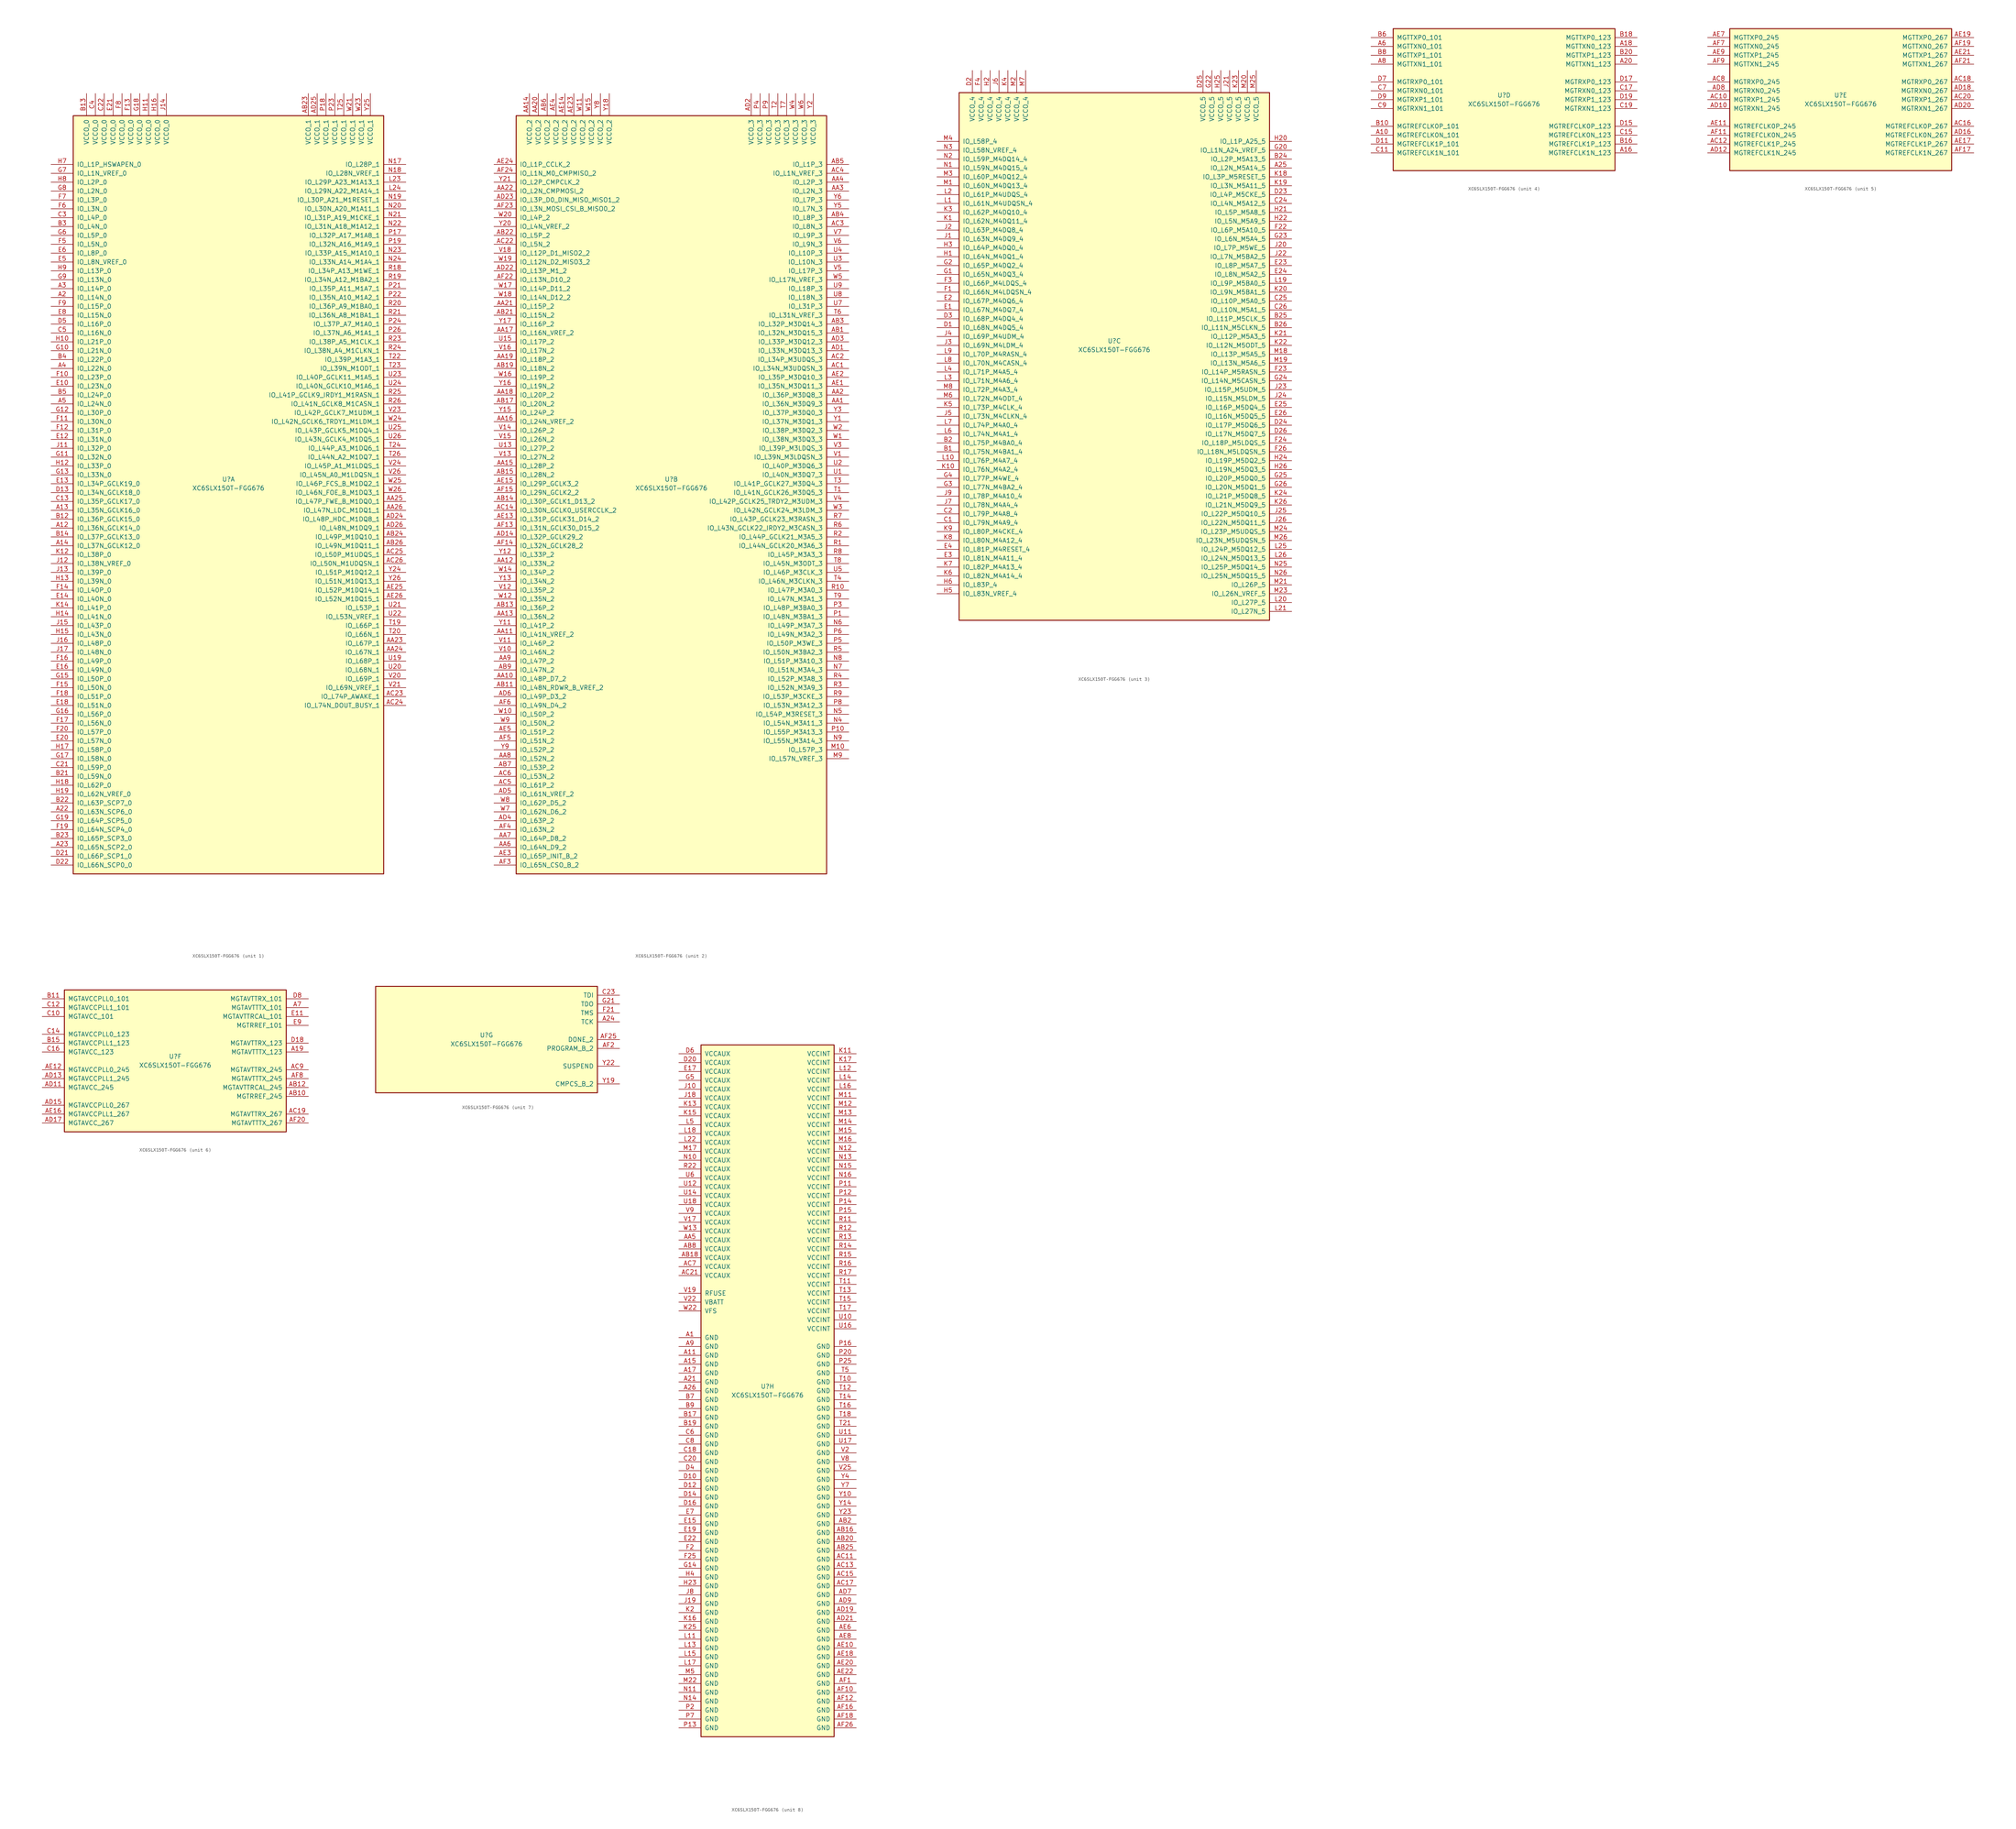
<source format=kicad_sym>
(kicad_symbol_lib
  (version 20201005)
  (generator kicad_symbol_editor)
  (symbol "XC6SLX150T-FGG676"
    (pin_names
      (offset 1.016))
    (property "Reference" "U"
      (at 0 1.27 0)
      (effects (font (size 1.27 1.27))))
    (property "Value" "XC6SLX150T-FGG676"
      (at 0 -1.27 0)
      (effects (font (size 1.27 1.27))))
    (property "Datasheet" ""
      (at 0 0 0)
      (effects (font (size 1.27 1.27))))
    (property "ki_locked" ""
      (at 0 0 0)
      (effects (font (size 1.27 1.27))))
    (symbol "XC6SLX150T-FGG676_1_1"
      (rectangle (start -44.45 105.41) (end 44.45 -111.76) (stroke (width 0.254)) (fill (type background)))
      (pin power_in line (at -40.64 111.76 270) (length 6.35) (name "VCCO_0" (effects (font (size 1.27 1.27)))) (number "B13" (effects (font (size 1.27 1.27)))))
      (pin power_in line (at -38.1 111.76 270) (length 6.35) (name "VCCO_0" (effects (font (size 1.27 1.27)))) (number "C4" (effects (font (size 1.27 1.27)))))
      (pin power_in line (at -35.56 111.76 270) (length 6.35) (name "VCCO_0" (effects (font (size 1.27 1.27)))) (number "C22" (effects (font (size 1.27 1.27)))))
      (pin power_in line (at -33.02 111.76 270) (length 6.35) (name "VCCO_0" (effects (font (size 1.27 1.27)))) (number "E21" (effects (font (size 1.27 1.27)))))
      (pin power_in line (at -30.48 111.76 270) (length 6.35) (name "VCCO_0" (effects (font (size 1.27 1.27)))) (number "F8" (effects (font (size 1.27 1.27)))))
      (pin power_in line (at -27.94 111.76 270) (length 6.35) (name "VCCO_0" (effects (font (size 1.27 1.27)))) (number "F13" (effects (font (size 1.27 1.27)))))
      (pin power_in line (at -25.4 111.76 270) (length 6.35) (name "VCCO_0" (effects (font (size 1.27 1.27)))) (number "G18" (effects (font (size 1.27 1.27)))))
      (pin power_in line (at -22.86 111.76 270) (length 6.35) (name "VCCO_0" (effects (font (size 1.27 1.27)))) (number "H11" (effects (font (size 1.27 1.27)))))
      (pin power_in line (at -20.32 111.76 270) (length 6.35) (name "VCCO_0" (effects (font (size 1.27 1.27)))) (number "H16" (effects (font (size 1.27 1.27)))))
      (pin power_in line (at -17.78 111.76 270) (length 6.35) (name "VCCO_0" (effects (font (size 1.27 1.27)))) (number "J14" (effects (font (size 1.27 1.27)))))
      (pin bidirectional line (at -50.8 91.44 0) (length 6.35) (name "IO_L1P_HSWAPEN_0" (effects (font (size 1.27 1.27)))) (number "H7" (effects (font (size 1.27 1.27)))))
      (pin bidirectional line (at -50.8 88.9 0) (length 6.35) (name "IO_L1N_VREF_0" (effects (font (size 1.27 1.27)))) (number "G7" (effects (font (size 1.27 1.27)))))
      (pin bidirectional line (at -50.8 86.36 0) (length 6.35) (name "IO_L2P_0" (effects (font (size 1.27 1.27)))) (number "H8" (effects (font (size 1.27 1.27)))))
      (pin bidirectional line (at -50.8 83.82 0) (length 6.35) (name "IO_L2N_0" (effects (font (size 1.27 1.27)))) (number "G8" (effects (font (size 1.27 1.27)))))
      (pin bidirectional line (at -50.8 81.28 0) (length 6.35) (name "IO_L3P_0" (effects (font (size 1.27 1.27)))) (number "F7" (effects (font (size 1.27 1.27)))))
      (pin bidirectional line (at -50.8 78.74 0) (length 6.35) (name "IO_L3N_0" (effects (font (size 1.27 1.27)))) (number "F6" (effects (font (size 1.27 1.27)))))
      (pin bidirectional line (at -50.8 76.2 0) (length 6.35) (name "IO_L4P_0" (effects (font (size 1.27 1.27)))) (number "C3" (effects (font (size 1.27 1.27)))))
      (pin bidirectional line (at -50.8 73.66 0) (length 6.35) (name "IO_L4N_0" (effects (font (size 1.27 1.27)))) (number "B3" (effects (font (size 1.27 1.27)))))
      (pin bidirectional line (at -50.8 71.12 0) (length 6.35) (name "IO_L5P_0" (effects (font (size 1.27 1.27)))) (number "G6" (effects (font (size 1.27 1.27)))))
      (pin bidirectional line (at -50.8 68.58 0) (length 6.35) (name "IO_L5N_0" (effects (font (size 1.27 1.27)))) (number "F5" (effects (font (size 1.27 1.27)))))
      (pin bidirectional line (at -50.8 66.04 0) (length 6.35) (name "IO_L8P_0" (effects (font (size 1.27 1.27)))) (number "E6" (effects (font (size 1.27 1.27)))))
      (pin bidirectional line (at -50.8 63.5 0) (length 6.35) (name "IO_L8N_VREF_0" (effects (font (size 1.27 1.27)))) (number "E5" (effects (font (size 1.27 1.27)))))
      (pin bidirectional line (at -50.8 60.96 0) (length 6.35) (name "IO_L13P_0" (effects (font (size 1.27 1.27)))) (number "H9" (effects (font (size 1.27 1.27)))))
      (pin bidirectional line (at -50.8 58.42 0) (length 6.35) (name "IO_L13N_0" (effects (font (size 1.27 1.27)))) (number "G9" (effects (font (size 1.27 1.27)))))
      (pin bidirectional line (at -50.8 55.88 0) (length 6.35) (name "IO_L14P_0" (effects (font (size 1.27 1.27)))) (number "A3" (effects (font (size 1.27 1.27)))))
      (pin bidirectional line (at -50.8 53.34 0) (length 6.35) (name "IO_L14N_0" (effects (font (size 1.27 1.27)))) (number "A2" (effects (font (size 1.27 1.27)))))
      (pin bidirectional line (at -50.8 50.8 0) (length 6.35) (name "IO_L15P_0" (effects (font (size 1.27 1.27)))) (number "F9" (effects (font (size 1.27 1.27)))))
      (pin bidirectional line (at -50.8 48.26 0) (length 6.35) (name "IO_L15N_0" (effects (font (size 1.27 1.27)))) (number "E8" (effects (font (size 1.27 1.27)))))
      (pin bidirectional line (at -50.8 45.72 0) (length 6.35) (name "IO_L16P_0" (effects (font (size 1.27 1.27)))) (number "D5" (effects (font (size 1.27 1.27)))))
      (pin bidirectional line (at -50.8 43.18 0) (length 6.35) (name "IO_L16N_0" (effects (font (size 1.27 1.27)))) (number "C5" (effects (font (size 1.27 1.27)))))
      (pin bidirectional line (at -50.8 40.64 0) (length 6.35) (name "IO_L21P_0" (effects (font (size 1.27 1.27)))) (number "H10" (effects (font (size 1.27 1.27)))))
      (pin bidirectional line (at -50.8 38.1 0) (length 6.35) (name "IO_L21N_0" (effects (font (size 1.27 1.27)))) (number "G10" (effects (font (size 1.27 1.27)))))
      (pin bidirectional line (at -50.8 35.56 0) (length 6.35) (name "IO_L22P_0" (effects (font (size 1.27 1.27)))) (number "B4" (effects (font (size 1.27 1.27)))))
      (pin bidirectional line (at -50.8 33.02 0) (length 6.35) (name "IO_L22N_0" (effects (font (size 1.27 1.27)))) (number "A4" (effects (font (size 1.27 1.27)))))
      (pin bidirectional line (at -50.8 30.48 0) (length 6.35) (name "IO_L23P_0" (effects (font (size 1.27 1.27)))) (number "F10" (effects (font (size 1.27 1.27)))))
      (pin bidirectional line (at -50.8 27.94 0) (length 6.35) (name "IO_L23N_0" (effects (font (size 1.27 1.27)))) (number "E10" (effects (font (size 1.27 1.27)))))
      (pin bidirectional line (at -50.8 25.4 0) (length 6.35) (name "IO_L24P_0" (effects (font (size 1.27 1.27)))) (number "B5" (effects (font (size 1.27 1.27)))))
      (pin bidirectional line (at -50.8 22.86 0) (length 6.35) (name "IO_L24N_0" (effects (font (size 1.27 1.27)))) (number "A5" (effects (font (size 1.27 1.27)))))
      (pin bidirectional line (at -50.8 20.32 0) (length 6.35) (name "IO_L30P_0" (effects (font (size 1.27 1.27)))) (number "G12" (effects (font (size 1.27 1.27)))))
      (pin bidirectional line (at -50.8 17.78 0) (length 6.35) (name "IO_L30N_0" (effects (font (size 1.27 1.27)))) (number "F11" (effects (font (size 1.27 1.27)))))
      (pin bidirectional line (at -50.8 15.24 0) (length 6.35) (name "IO_L31P_0" (effects (font (size 1.27 1.27)))) (number "F12" (effects (font (size 1.27 1.27)))))
      (pin bidirectional line (at -50.8 12.7 0) (length 6.35) (name "IO_L31N_0" (effects (font (size 1.27 1.27)))) (number "E12" (effects (font (size 1.27 1.27)))))
      (pin bidirectional line (at -50.8 10.16 0) (length 6.35) (name "IO_L32P_0" (effects (font (size 1.27 1.27)))) (number "J11" (effects (font (size 1.27 1.27)))))
      (pin bidirectional line (at -50.8 7.62 0) (length 6.35) (name "IO_L32N_0" (effects (font (size 1.27 1.27)))) (number "G11" (effects (font (size 1.27 1.27)))))
      (pin bidirectional line (at -50.8 5.08 0) (length 6.35) (name "IO_L33P_0" (effects (font (size 1.27 1.27)))) (number "H12" (effects (font (size 1.27 1.27)))))
      (pin bidirectional line (at -50.8 2.54 0) (length 6.35) (name "IO_L33N_0" (effects (font (size 1.27 1.27)))) (number "G13" (effects (font (size 1.27 1.27)))))
      (pin bidirectional line (at -50.8 0 0) (length 6.35) (name "IO_L34P_GCLK19_0" (effects (font (size 1.27 1.27)))) (number "E13" (effects (font (size 1.27 1.27)))))
      (pin bidirectional line (at -50.8 -2.54 0) (length 6.35) (name "IO_L34N_GCLK18_0" (effects (font (size 1.27 1.27)))) (number "D13" (effects (font (size 1.27 1.27)))))
      (pin bidirectional line (at -50.8 -5.08 0) (length 6.35) (name "IO_L35P_GCLK17_0" (effects (font (size 1.27 1.27)))) (number "C13" (effects (font (size 1.27 1.27)))))
      (pin bidirectional line (at -50.8 -7.62 0) (length 6.35) (name "IO_L35N_GCLK16_0" (effects (font (size 1.27 1.27)))) (number "A13" (effects (font (size 1.27 1.27)))))
      (pin bidirectional line (at -50.8 -10.16 0) (length 6.35) (name "IO_L36P_GCLK15_0" (effects (font (size 1.27 1.27)))) (number "B12" (effects (font (size 1.27 1.27)))))
      (pin bidirectional line (at -50.8 -12.7 0) (length 6.35) (name "IO_L36N_GCLK14_0" (effects (font (size 1.27 1.27)))) (number "A12" (effects (font (size 1.27 1.27)))))
      (pin bidirectional line (at -50.8 -15.24 0) (length 6.35) (name "IO_L37P_GCLK13_0" (effects (font (size 1.27 1.27)))) (number "B14" (effects (font (size 1.27 1.27)))))
      (pin bidirectional line (at -50.8 -17.78 0) (length 6.35) (name "IO_L37N_GCLK12_0" (effects (font (size 1.27 1.27)))) (number "A14" (effects (font (size 1.27 1.27)))))
      (pin bidirectional line (at -50.8 -20.32 0) (length 6.35) (name "IO_L38P_0" (effects (font (size 1.27 1.27)))) (number "K12" (effects (font (size 1.27 1.27)))))
      (pin bidirectional line (at -50.8 -22.86 0) (length 6.35) (name "IO_L38N_VREF_0" (effects (font (size 1.27 1.27)))) (number "J12" (effects (font (size 1.27 1.27)))))
      (pin bidirectional line (at -50.8 -25.4 0) (length 6.35) (name "IO_L39P_0" (effects (font (size 1.27 1.27)))) (number "J13" (effects (font (size 1.27 1.27)))))
      (pin bidirectional line (at -50.8 -27.94 0) (length 6.35) (name "IO_L39N_0" (effects (font (size 1.27 1.27)))) (number "H13" (effects (font (size 1.27 1.27)))))
      (pin bidirectional line (at -50.8 -30.48 0) (length 6.35) (name "IO_L40P_0" (effects (font (size 1.27 1.27)))) (number "F14" (effects (font (size 1.27 1.27)))))
      (pin bidirectional line (at -50.8 -33.02 0) (length 6.35) (name "IO_L40N_0" (effects (font (size 1.27 1.27)))) (number "E14" (effects (font (size 1.27 1.27)))))
      (pin bidirectional line (at -50.8 -35.56 0) (length 6.35) (name "IO_L41P_0" (effects (font (size 1.27 1.27)))) (number "K14" (effects (font (size 1.27 1.27)))))
      (pin bidirectional line (at -50.8 -38.1 0) (length 6.35) (name "IO_L41N_0" (effects (font (size 1.27 1.27)))) (number "H14" (effects (font (size 1.27 1.27)))))
      (pin bidirectional line (at -50.8 -40.64 0) (length 6.35) (name "IO_L43P_0" (effects (font (size 1.27 1.27)))) (number "J15" (effects (font (size 1.27 1.27)))))
      (pin bidirectional line (at -50.8 -43.18 0) (length 6.35) (name "IO_L43N_0" (effects (font (size 1.27 1.27)))) (number "H15" (effects (font (size 1.27 1.27)))))
      (pin bidirectional line (at -50.8 -45.72 0) (length 6.35) (name "IO_L48P_0" (effects (font (size 1.27 1.27)))) (number "J16" (effects (font (size 1.27 1.27)))))
      (pin bidirectional line (at -50.8 -48.26 0) (length 6.35) (name "IO_L48N_0" (effects (font (size 1.27 1.27)))) (number "J17" (effects (font (size 1.27 1.27)))))
      (pin bidirectional line (at -50.8 -50.8 0) (length 6.35) (name "IO_L49P_0" (effects (font (size 1.27 1.27)))) (number "F16" (effects (font (size 1.27 1.27)))))
      (pin bidirectional line (at -50.8 -53.34 0) (length 6.35) (name "IO_L49N_0" (effects (font (size 1.27 1.27)))) (number "E16" (effects (font (size 1.27 1.27)))))
      (pin bidirectional line (at -50.8 -55.88 0) (length 6.35) (name "IO_L50P_0" (effects (font (size 1.27 1.27)))) (number "G15" (effects (font (size 1.27 1.27)))))
      (pin bidirectional line (at -50.8 -58.42 0) (length 6.35) (name "IO_L50N_0" (effects (font (size 1.27 1.27)))) (number "F15" (effects (font (size 1.27 1.27)))))
      (pin bidirectional line (at -50.8 -60.96 0) (length 6.35) (name "IO_L51P_0" (effects (font (size 1.27 1.27)))) (number "F18" (effects (font (size 1.27 1.27)))))
      (pin bidirectional line (at -50.8 -63.5 0) (length 6.35) (name "IO_L51N_0" (effects (font (size 1.27 1.27)))) (number "E18" (effects (font (size 1.27 1.27)))))
      (pin bidirectional line (at -50.8 -66.04 0) (length 6.35) (name "IO_L56P_0" (effects (font (size 1.27 1.27)))) (number "G16" (effects (font (size 1.27 1.27)))))
      (pin bidirectional line (at -50.8 -68.58 0) (length 6.35) (name "IO_L56N_0" (effects (font (size 1.27 1.27)))) (number "F17" (effects (font (size 1.27 1.27)))))
      (pin bidirectional line (at -50.8 -71.12 0) (length 6.35) (name "IO_L57P_0" (effects (font (size 1.27 1.27)))) (number "F20" (effects (font (size 1.27 1.27)))))
      (pin bidirectional line (at -50.8 -73.66 0) (length 6.35) (name "IO_L57N_0" (effects (font (size 1.27 1.27)))) (number "E20" (effects (font (size 1.27 1.27)))))
      (pin bidirectional line (at -50.8 -76.2 0) (length 6.35) (name "IO_L58P_0" (effects (font (size 1.27 1.27)))) (number "H17" (effects (font (size 1.27 1.27)))))
      (pin bidirectional line (at -50.8 -78.74 0) (length 6.35) (name "IO_L58N_0" (effects (font (size 1.27 1.27)))) (number "G17" (effects (font (size 1.27 1.27)))))
      (pin bidirectional line (at -50.8 -81.28 0) (length 6.35) (name "IO_L59P_0" (effects (font (size 1.27 1.27)))) (number "C21" (effects (font (size 1.27 1.27)))))
      (pin bidirectional line (at -50.8 -83.82 0) (length 6.35) (name "IO_L59N_0" (effects (font (size 1.27 1.27)))) (number "B21" (effects (font (size 1.27 1.27)))))
      (pin bidirectional line (at -50.8 -86.36 0) (length 6.35) (name "IO_L62P_0" (effects (font (size 1.27 1.27)))) (number "H18" (effects (font (size 1.27 1.27)))))
      (pin bidirectional line (at -50.8 -88.9 0) (length 6.35) (name "IO_L62N_VREF_0" (effects (font (size 1.27 1.27)))) (number "H19" (effects (font (size 1.27 1.27)))))
      (pin bidirectional line (at -50.8 -91.44 0) (length 6.35) (name "IO_L63P_SCP7_0" (effects (font (size 1.27 1.27)))) (number "B22" (effects (font (size 1.27 1.27)))))
      (pin bidirectional line (at -50.8 -93.98 0) (length 6.35) (name "IO_L63N_SCP6_0" (effects (font (size 1.27 1.27)))) (number "A22" (effects (font (size 1.27 1.27)))))
      (pin bidirectional line (at -50.8 -96.52 0) (length 6.35) (name "IO_L64P_SCP5_0" (effects (font (size 1.27 1.27)))) (number "G19" (effects (font (size 1.27 1.27)))))
      (pin bidirectional line (at -50.8 -99.06 0) (length 6.35) (name "IO_L64N_SCP4_0" (effects (font (size 1.27 1.27)))) (number "F19" (effects (font (size 1.27 1.27)))))
      (pin bidirectional line (at -50.8 -101.6 0) (length 6.35) (name "IO_L65P_SCP3_0" (effects (font (size 1.27 1.27)))) (number "B23" (effects (font (size 1.27 1.27)))))
      (pin bidirectional line (at -50.8 -104.14 0) (length 6.35) (name "IO_L65N_SCP2_0" (effects (font (size 1.27 1.27)))) (number "A23" (effects (font (size 1.27 1.27)))))
      (pin bidirectional line (at -50.8 -106.68 0) (length 6.35) (name "IO_L66P_SCP1_0" (effects (font (size 1.27 1.27)))) (number "D21" (effects (font (size 1.27 1.27)))))
      (pin bidirectional line (at -50.8 -109.22 0) (length 6.35) (name "IO_L66N_SCP0_0" (effects (font (size 1.27 1.27)))) (number "D22" (effects (font (size 1.27 1.27)))))
      (pin power_in line (at 22.86 111.76 270) (length 6.35) (name "VCCO_1" (effects (font (size 1.27 1.27)))) (number "AB23" (effects (font (size 1.27 1.27)))))
      (pin power_in line (at 25.4 111.76 270) (length 6.35) (name "VCCO_1" (effects (font (size 1.27 1.27)))) (number "AD25" (effects (font (size 1.27 1.27)))))
      (pin power_in line (at 27.94 111.76 270) (length 6.35) (name "VCCO_1" (effects (font (size 1.27 1.27)))) (number "P18" (effects (font (size 1.27 1.27)))))
      (pin power_in line (at 30.48 111.76 270) (length 6.35) (name "VCCO_1" (effects (font (size 1.27 1.27)))) (number "P23" (effects (font (size 1.27 1.27)))))
      (pin power_in line (at 33.02 111.76 270) (length 6.35) (name "VCCO_1" (effects (font (size 1.27 1.27)))) (number "T25" (effects (font (size 1.27 1.27)))))
      (pin power_in line (at 35.56 111.76 270) (length 6.35) (name "VCCO_1" (effects (font (size 1.27 1.27)))) (number "W21" (effects (font (size 1.27 1.27)))))
      (pin power_in line (at 38.1 111.76 270) (length 6.35) (name "VCCO_1" (effects (font (size 1.27 1.27)))) (number "W23" (effects (font (size 1.27 1.27)))))
      (pin power_in line (at 40.64 111.76 270) (length 6.35) (name "VCCO_1" (effects (font (size 1.27 1.27)))) (number "Y25" (effects (font (size 1.27 1.27)))))
      (pin bidirectional line (at 50.8 91.44 180) (length 6.35) (name "IO_L28P_1" (effects (font (size 1.27 1.27)))) (number "N17" (effects (font (size 1.27 1.27)))))
      (pin bidirectional line (at 50.8 88.9 180) (length 6.35) (name "IO_L28N_VREF_1" (effects (font (size 1.27 1.27)))) (number "N18" (effects (font (size 1.27 1.27)))))
      (pin bidirectional line (at 50.8 86.36 180) (length 6.35) (name "IO_L29P_A23_M1A13_1" (effects (font (size 1.27 1.27)))) (number "L23" (effects (font (size 1.27 1.27)))))
      (pin bidirectional line (at 50.8 83.82 180) (length 6.35) (name "IO_L29N_A22_M1A14_1" (effects (font (size 1.27 1.27)))) (number "L24" (effects (font (size 1.27 1.27)))))
      (pin bidirectional line (at 50.8 81.28 180) (length 6.35) (name "IO_L30P_A21_M1RESET_1" (effects (font (size 1.27 1.27)))) (number "N19" (effects (font (size 1.27 1.27)))))
      (pin bidirectional line (at 50.8 78.74 180) (length 6.35) (name "IO_L30N_A20_M1A11_1" (effects (font (size 1.27 1.27)))) (number "N20" (effects (font (size 1.27 1.27)))))
      (pin bidirectional line (at 50.8 76.2 180) (length 6.35) (name "IO_L31P_A19_M1CKE_1" (effects (font (size 1.27 1.27)))) (number "N21" (effects (font (size 1.27 1.27)))))
      (pin bidirectional line (at 50.8 73.66 180) (length 6.35) (name "IO_L31N_A18_M1A12_1" (effects (font (size 1.27 1.27)))) (number "N22" (effects (font (size 1.27 1.27)))))
      (pin bidirectional line (at 50.8 71.12 180) (length 6.35) (name "IO_L32P_A17_M1A8_1" (effects (font (size 1.27 1.27)))) (number "P17" (effects (font (size 1.27 1.27)))))
      (pin bidirectional line (at 50.8 68.58 180) (length 6.35) (name "IO_L32N_A16_M1A9_1" (effects (font (size 1.27 1.27)))) (number "P19" (effects (font (size 1.27 1.27)))))
      (pin bidirectional line (at 50.8 66.04 180) (length 6.35) (name "IO_L33P_A15_M1A10_1" (effects (font (size 1.27 1.27)))) (number "N23" (effects (font (size 1.27 1.27)))))
      (pin bidirectional line (at 50.8 63.5 180) (length 6.35) (name "IO_L33N_A14_M1A4_1" (effects (font (size 1.27 1.27)))) (number "N24" (effects (font (size 1.27 1.27)))))
      (pin bidirectional line (at 50.8 60.96 180) (length 6.35) (name "IO_L34P_A13_M1WE_1" (effects (font (size 1.27 1.27)))) (number "R18" (effects (font (size 1.27 1.27)))))
      (pin bidirectional line (at 50.8 58.42 180) (length 6.35) (name "IO_L34N_A12_M1BA2_1" (effects (font (size 1.27 1.27)))) (number "R19" (effects (font (size 1.27 1.27)))))
      (pin bidirectional line (at 50.8 55.88 180) (length 6.35) (name "IO_L35P_A11_M1A7_1" (effects (font (size 1.27 1.27)))) (number "P21" (effects (font (size 1.27 1.27)))))
      (pin bidirectional line (at 50.8 53.34 180) (length 6.35) (name "IO_L35N_A10_M1A2_1" (effects (font (size 1.27 1.27)))) (number "P22" (effects (font (size 1.27 1.27)))))
      (pin bidirectional line (at 50.8 50.8 180) (length 6.35) (name "IO_L36P_A9_M1BA0_1" (effects (font (size 1.27 1.27)))) (number "R20" (effects (font (size 1.27 1.27)))))
      (pin bidirectional line (at 50.8 48.26 180) (length 6.35) (name "IO_L36N_A8_M1BA1_1" (effects (font (size 1.27 1.27)))) (number "R21" (effects (font (size 1.27 1.27)))))
      (pin bidirectional line (at 50.8 45.72 180) (length 6.35) (name "IO_L37P_A7_M1A0_1" (effects (font (size 1.27 1.27)))) (number "P24" (effects (font (size 1.27 1.27)))))
      (pin bidirectional line (at 50.8 43.18 180) (length 6.35) (name "IO_L37N_A6_M1A1_1" (effects (font (size 1.27 1.27)))) (number "P26" (effects (font (size 1.27 1.27)))))
      (pin bidirectional line (at 50.8 40.64 180) (length 6.35) (name "IO_L38P_A5_M1CLK_1" (effects (font (size 1.27 1.27)))) (number "R23" (effects (font (size 1.27 1.27)))))
      (pin bidirectional line (at 50.8 38.1 180) (length 6.35) (name "IO_L38N_A4_M1CLKN_1" (effects (font (size 1.27 1.27)))) (number "R24" (effects (font (size 1.27 1.27)))))
      (pin bidirectional line (at 50.8 35.56 180) (length 6.35) (name "IO_L39P_M1A3_1" (effects (font (size 1.27 1.27)))) (number "T22" (effects (font (size 1.27 1.27)))))
      (pin bidirectional line (at 50.8 33.02 180) (length 6.35) (name "IO_L39N_M1ODT_1" (effects (font (size 1.27 1.27)))) (number "T23" (effects (font (size 1.27 1.27)))))
      (pin bidirectional line (at 50.8 30.48 180) (length 6.35) (name "IO_L40P_GCLK11_M1A5_1" (effects (font (size 1.27 1.27)))) (number "U23" (effects (font (size 1.27 1.27)))))
      (pin bidirectional line (at 50.8 27.94 180) (length 6.35) (name "IO_L40N_GCLK10_M1A6_1" (effects (font (size 1.27 1.27)))) (number "U24" (effects (font (size 1.27 1.27)))))
      (pin bidirectional line (at 50.8 25.4 180) (length 6.35) (name "IO_L41P_GCLK9_IRDY1_M1RASN_1" (effects (font (size 1.27 1.27)))) (number "R25" (effects (font (size 1.27 1.27)))))
      (pin bidirectional line (at 50.8 22.86 180) (length 6.35) (name "IO_L41N_GCLK8_M1CASN_1" (effects (font (size 1.27 1.27)))) (number "R26" (effects (font (size 1.27 1.27)))))
      (pin bidirectional line (at 50.8 20.32 180) (length 6.35) (name "IO_L42P_GCLK7_M1UDM_1" (effects (font (size 1.27 1.27)))) (number "V23" (effects (font (size 1.27 1.27)))))
      (pin bidirectional line (at 50.8 17.78 180) (length 6.35) (name "IO_L42N_GCLK6_TRDY1_M1LDM_1" (effects (font (size 1.27 1.27)))) (number "W24" (effects (font (size 1.27 1.27)))))
      (pin bidirectional line (at 50.8 15.24 180) (length 6.35) (name "IO_L43P_GCLK5_M1DQ4_1" (effects (font (size 1.27 1.27)))) (number "U25" (effects (font (size 1.27 1.27)))))
      (pin bidirectional line (at 50.8 12.7 180) (length 6.35) (name "IO_L43N_GCLK4_M1DQ5_1" (effects (font (size 1.27 1.27)))) (number "U26" (effects (font (size 1.27 1.27)))))
      (pin bidirectional line (at 50.8 10.16 180) (length 6.35) (name "IO_L44P_A3_M1DQ6_1" (effects (font (size 1.27 1.27)))) (number "T24" (effects (font (size 1.27 1.27)))))
      (pin bidirectional line (at 50.8 7.62 180) (length 6.35) (name "IO_L44N_A2_M1DQ7_1" (effects (font (size 1.27 1.27)))) (number "T26" (effects (font (size 1.27 1.27)))))
      (pin bidirectional line (at 50.8 5.08 180) (length 6.35) (name "IO_L45P_A1_M1LDQS_1" (effects (font (size 1.27 1.27)))) (number "V24" (effects (font (size 1.27 1.27)))))
      (pin bidirectional line (at 50.8 2.54 180) (length 6.35) (name "IO_L45N_A0_M1LDQSN_1" (effects (font (size 1.27 1.27)))) (number "V26" (effects (font (size 1.27 1.27)))))
      (pin bidirectional line (at 50.8 0 180) (length 6.35) (name "IO_L46P_FCS_B_M1DQ2_1" (effects (font (size 1.27 1.27)))) (number "W25" (effects (font (size 1.27 1.27)))))
      (pin bidirectional line (at 50.8 -2.54 180) (length 6.35) (name "IO_L46N_FOE_B_M1DQ3_1" (effects (font (size 1.27 1.27)))) (number "W26" (effects (font (size 1.27 1.27)))))
      (pin bidirectional line (at 50.8 -5.08 180) (length 6.35) (name "IO_L47P_FWE_B_M1DQ0_1" (effects (font (size 1.27 1.27)))) (number "AA25" (effects (font (size 1.27 1.27)))))
      (pin bidirectional line (at 50.8 -7.62 180) (length 6.35) (name "IO_L47N_LDC_M1DQ1_1" (effects (font (size 1.27 1.27)))) (number "AA26" (effects (font (size 1.27 1.27)))))
      (pin bidirectional line (at 50.8 -10.16 180) (length 6.35) (name "IO_L48P_HDC_M1DQ8_1" (effects (font (size 1.27 1.27)))) (number "AD24" (effects (font (size 1.27 1.27)))))
      (pin bidirectional line (at 50.8 -12.7 180) (length 6.35) (name "IO_L48N_M1DQ9_1" (effects (font (size 1.27 1.27)))) (number "AD26" (effects (font (size 1.27 1.27)))))
      (pin bidirectional line (at 50.8 -15.24 180) (length 6.35) (name "IO_L49P_M1DQ10_1" (effects (font (size 1.27 1.27)))) (number "AB24" (effects (font (size 1.27 1.27)))))
      (pin bidirectional line (at 50.8 -17.78 180) (length 6.35) (name "IO_L49N_M1DQ11_1" (effects (font (size 1.27 1.27)))) (number "AB26" (effects (font (size 1.27 1.27)))))
      (pin bidirectional line (at 50.8 -20.32 180) (length 6.35) (name "IO_L50P_M1UDQS_1" (effects (font (size 1.27 1.27)))) (number "AC25" (effects (font (size 1.27 1.27)))))
      (pin bidirectional line (at 50.8 -22.86 180) (length 6.35) (name "IO_L50N_M1UDQSN_1" (effects (font (size 1.27 1.27)))) (number "AC26" (effects (font (size 1.27 1.27)))))
      (pin bidirectional line (at 50.8 -25.4 180) (length 6.35) (name "IO_L51P_M1DQ12_1" (effects (font (size 1.27 1.27)))) (number "Y24" (effects (font (size 1.27 1.27)))))
      (pin bidirectional line (at 50.8 -27.94 180) (length 6.35) (name "IO_L51N_M1DQ13_1" (effects (font (size 1.27 1.27)))) (number "Y26" (effects (font (size 1.27 1.27)))))
      (pin bidirectional line (at 50.8 -30.48 180) (length 6.35) (name "IO_L52P_M1DQ14_1" (effects (font (size 1.27 1.27)))) (number "AE25" (effects (font (size 1.27 1.27)))))
      (pin bidirectional line (at 50.8 -33.02 180) (length 6.35) (name "IO_L52N_M1DQ15_1" (effects (font (size 1.27 1.27)))) (number "AE26" (effects (font (size 1.27 1.27)))))
      (pin bidirectional line (at 50.8 -35.56 180) (length 6.35) (name "IO_L53P_1" (effects (font (size 1.27 1.27)))) (number "U21" (effects (font (size 1.27 1.27)))))
      (pin bidirectional line (at 50.8 -38.1 180) (length 6.35) (name "IO_L53N_VREF_1" (effects (font (size 1.27 1.27)))) (number "U22" (effects (font (size 1.27 1.27)))))
      (pin bidirectional line (at 50.8 -40.64 180) (length 6.35) (name "IO_L66P_1" (effects (font (size 1.27 1.27)))) (number "T19" (effects (font (size 1.27 1.27)))))
      (pin bidirectional line (at 50.8 -43.18 180) (length 6.35) (name "IO_L66N_1" (effects (font (size 1.27 1.27)))) (number "T20" (effects (font (size 1.27 1.27)))))
      (pin bidirectional line (at 50.8 -45.72 180) (length 6.35) (name "IO_L67P_1" (effects (font (size 1.27 1.27)))) (number "AA23" (effects (font (size 1.27 1.27)))))
      (pin bidirectional line (at 50.8 -48.26 180) (length 6.35) (name "IO_L67N_1" (effects (font (size 1.27 1.27)))) (number "AA24" (effects (font (size 1.27 1.27)))))
      (pin bidirectional line (at 50.8 -50.8 180) (length 6.35) (name "IO_L68P_1" (effects (font (size 1.27 1.27)))) (number "U19" (effects (font (size 1.27 1.27)))))
      (pin bidirectional line (at 50.8 -53.34 180) (length 6.35) (name "IO_L68N_1" (effects (font (size 1.27 1.27)))) (number "U20" (effects (font (size 1.27 1.27)))))
      (pin bidirectional line (at 50.8 -55.88 180) (length 6.35) (name "IO_L69P_1" (effects (font (size 1.27 1.27)))) (number "V20" (effects (font (size 1.27 1.27)))))
      (pin bidirectional line (at 50.8 -58.42 180) (length 6.35) (name "IO_L69N_VREF_1" (effects (font (size 1.27 1.27)))) (number "V21" (effects (font (size 1.27 1.27)))))
      (pin bidirectional line (at 50.8 -60.96 180) (length 6.35) (name "IO_L74P_AWAKE_1" (effects (font (size 1.27 1.27)))) (number "AC23" (effects (font (size 1.27 1.27)))))
      (pin bidirectional line (at 50.8 -63.5 180) (length 6.35) (name "IO_L74N_DOUT_BUSY_1" (effects (font (size 1.27 1.27)))) (number "AC24" (effects (font (size 1.27 1.27))))))
    (symbol "XC6SLX150T-FGG676_2_1"
      (rectangle (start -44.45 105.41) (end 44.45 -111.76) (stroke (width 0.254)) (fill (type background)))
      (pin power_in line (at -40.64 111.76 270) (length 6.35) (name "VCCO_2" (effects (font (size 1.27 1.27)))) (number "AA14" (effects (font (size 1.27 1.27)))))
      (pin power_in line (at -38.1 111.76 270) (length 6.35) (name "VCCO_2" (effects (font (size 1.27 1.27)))) (number "AA20" (effects (font (size 1.27 1.27)))))
      (pin power_in line (at -35.56 111.76 270) (length 6.35) (name "VCCO_2" (effects (font (size 1.27 1.27)))) (number "AB6" (effects (font (size 1.27 1.27)))))
      (pin power_in line (at -33.02 111.76 270) (length 6.35) (name "VCCO_2" (effects (font (size 1.27 1.27)))) (number "AE4" (effects (font (size 1.27 1.27)))))
      (pin power_in line (at -30.48 111.76 270) (length 6.35) (name "VCCO_2" (effects (font (size 1.27 1.27)))) (number "AE14" (effects (font (size 1.27 1.27)))))
      (pin power_in line (at -27.94 111.76 270) (length 6.35) (name "VCCO_2" (effects (font (size 1.27 1.27)))) (number "AE23" (effects (font (size 1.27 1.27)))))
      (pin power_in line (at -25.4 111.76 270) (length 6.35) (name "VCCO_2" (effects (font (size 1.27 1.27)))) (number "W11" (effects (font (size 1.27 1.27)))))
      (pin power_in line (at -22.86 111.76 270) (length 6.35) (name "VCCO_2" (effects (font (size 1.27 1.27)))) (number "W15" (effects (font (size 1.27 1.27)))))
      (pin power_in line (at -20.32 111.76 270) (length 6.35) (name "VCCO_2" (effects (font (size 1.27 1.27)))) (number "Y8" (effects (font (size 1.27 1.27)))))
      (pin power_in line (at -17.78 111.76 270) (length 6.35) (name "VCCO_2" (effects (font (size 1.27 1.27)))) (number "Y18" (effects (font (size 1.27 1.27)))))
      (pin bidirectional line (at -50.8 91.44 0) (length 6.35) (name "IO_L1P_CCLK_2" (effects (font (size 1.27 1.27)))) (number "AE24" (effects (font (size 1.27 1.27)))))
      (pin bidirectional line (at -50.8 88.9 0) (length 6.35) (name "IO_L1N_M0_CMPMISO_2" (effects (font (size 1.27 1.27)))) (number "AF24" (effects (font (size 1.27 1.27)))))
      (pin bidirectional line (at -50.8 86.36 0) (length 6.35) (name "IO_L2P_CMPCLK_2" (effects (font (size 1.27 1.27)))) (number "Y21" (effects (font (size 1.27 1.27)))))
      (pin bidirectional line (at -50.8 83.82 0) (length 6.35) (name "IO_L2N_CMPMOSI_2" (effects (font (size 1.27 1.27)))) (number "AA22" (effects (font (size 1.27 1.27)))))
      (pin bidirectional line (at -50.8 81.28 0) (length 6.35) (name "IO_L3P_D0_DIN_MISO_MISO1_2" (effects (font (size 1.27 1.27)))) (number "AD23" (effects (font (size 1.27 1.27)))))
      (pin bidirectional line (at -50.8 78.74 0) (length 6.35) (name "IO_L3N_MOSI_CSI_B_MISO0_2" (effects (font (size 1.27 1.27)))) (number "AF23" (effects (font (size 1.27 1.27)))))
      (pin bidirectional line (at -50.8 76.2 0) (length 6.35) (name "IO_L4P_2" (effects (font (size 1.27 1.27)))) (number "W20" (effects (font (size 1.27 1.27)))))
      (pin bidirectional line (at -50.8 73.66 0) (length 6.35) (name "IO_L4N_VREF_2" (effects (font (size 1.27 1.27)))) (number "Y20" (effects (font (size 1.27 1.27)))))
      (pin bidirectional line (at -50.8 71.12 0) (length 6.35) (name "IO_L5P_2" (effects (font (size 1.27 1.27)))) (number "AB22" (effects (font (size 1.27 1.27)))))
      (pin bidirectional line (at -50.8 68.58 0) (length 6.35) (name "IO_L5N_2" (effects (font (size 1.27 1.27)))) (number "AC22" (effects (font (size 1.27 1.27)))))
      (pin bidirectional line (at -50.8 66.04 0) (length 6.35) (name "IO_L12P_D1_MISO2_2" (effects (font (size 1.27 1.27)))) (number "V18" (effects (font (size 1.27 1.27)))))
      (pin bidirectional line (at -50.8 63.5 0) (length 6.35) (name "IO_L12N_D2_MISO3_2" (effects (font (size 1.27 1.27)))) (number "W19" (effects (font (size 1.27 1.27)))))
      (pin bidirectional line (at -50.8 60.96 0) (length 6.35) (name "IO_L13P_M1_2" (effects (font (size 1.27 1.27)))) (number "AD22" (effects (font (size 1.27 1.27)))))
      (pin bidirectional line (at -50.8 58.42 0) (length 6.35) (name "IO_L13N_D10_2" (effects (font (size 1.27 1.27)))) (number "AF22" (effects (font (size 1.27 1.27)))))
      (pin bidirectional line (at -50.8 55.88 0) (length 6.35) (name "IO_L14P_D11_2" (effects (font (size 1.27 1.27)))) (number "W17" (effects (font (size 1.27 1.27)))))
      (pin bidirectional line (at -50.8 53.34 0) (length 6.35) (name "IO_L14N_D12_2" (effects (font (size 1.27 1.27)))) (number "W18" (effects (font (size 1.27 1.27)))))
      (pin bidirectional line (at -50.8 50.8 0) (length 6.35) (name "IO_L15P_2" (effects (font (size 1.27 1.27)))) (number "AA21" (effects (font (size 1.27 1.27)))))
      (pin bidirectional line (at -50.8 48.26 0) (length 6.35) (name "IO_L15N_2" (effects (font (size 1.27 1.27)))) (number "AB21" (effects (font (size 1.27 1.27)))))
      (pin bidirectional line (at -50.8 45.72 0) (length 6.35) (name "IO_L16P_2" (effects (font (size 1.27 1.27)))) (number "Y17" (effects (font (size 1.27 1.27)))))
      (pin bidirectional line (at -50.8 43.18 0) (length 6.35) (name "IO_L16N_VREF_2" (effects (font (size 1.27 1.27)))) (number "AA17" (effects (font (size 1.27 1.27)))))
      (pin bidirectional line (at -50.8 40.64 0) (length 6.35) (name "IO_L17P_2" (effects (font (size 1.27 1.27)))) (number "U15" (effects (font (size 1.27 1.27)))))
      (pin bidirectional line (at -50.8 38.1 0) (length 6.35) (name "IO_L17N_2" (effects (font (size 1.27 1.27)))) (number "V16" (effects (font (size 1.27 1.27)))))
      (pin bidirectional line (at -50.8 35.56 0) (length 6.35) (name "IO_L18P_2" (effects (font (size 1.27 1.27)))) (number "AA19" (effects (font (size 1.27 1.27)))))
      (pin bidirectional line (at -50.8 33.02 0) (length 6.35) (name "IO_L18N_2" (effects (font (size 1.27 1.27)))) (number "AB19" (effects (font (size 1.27 1.27)))))
      (pin bidirectional line (at -50.8 30.48 0) (length 6.35) (name "IO_L19P_2" (effects (font (size 1.27 1.27)))) (number "W16" (effects (font (size 1.27 1.27)))))
      (pin bidirectional line (at -50.8 27.94 0) (length 6.35) (name "IO_L19N_2" (effects (font (size 1.27 1.27)))) (number "Y16" (effects (font (size 1.27 1.27)))))
      (pin bidirectional line (at -50.8 25.4 0) (length 6.35) (name "IO_L20P_2" (effects (font (size 1.27 1.27)))) (number "AA18" (effects (font (size 1.27 1.27)))))
      (pin bidirectional line (at -50.8 22.86 0) (length 6.35) (name "IO_L20N_2" (effects (font (size 1.27 1.27)))) (number "AB17" (effects (font (size 1.27 1.27)))))
      (pin bidirectional line (at -50.8 20.32 0) (length 6.35) (name "IO_L24P_2" (effects (font (size 1.27 1.27)))) (number "Y15" (effects (font (size 1.27 1.27)))))
      (pin bidirectional line (at -50.8 17.78 0) (length 6.35) (name "IO_L24N_VREF_2" (effects (font (size 1.27 1.27)))) (number "AA16" (effects (font (size 1.27 1.27)))))
      (pin bidirectional line (at -50.8 15.24 0) (length 6.35) (name "IO_L26P_2" (effects (font (size 1.27 1.27)))) (number "V14" (effects (font (size 1.27 1.27)))))
      (pin bidirectional line (at -50.8 12.7 0) (length 6.35) (name "IO_L26N_2" (effects (font (size 1.27 1.27)))) (number "V15" (effects (font (size 1.27 1.27)))))
      (pin bidirectional line (at -50.8 10.16 0) (length 6.35) (name "IO_L27P_2" (effects (font (size 1.27 1.27)))) (number "U13" (effects (font (size 1.27 1.27)))))
      (pin bidirectional line (at -50.8 7.62 0) (length 6.35) (name "IO_L27N_2" (effects (font (size 1.27 1.27)))) (number "V13" (effects (font (size 1.27 1.27)))))
      (pin bidirectional line (at -50.8 5.08 0) (length 6.35) (name "IO_L28P_2" (effects (font (size 1.27 1.27)))) (number "AA15" (effects (font (size 1.27 1.27)))))
      (pin bidirectional line (at -50.8 2.54 0) (length 6.35) (name "IO_L28N_2" (effects (font (size 1.27 1.27)))) (number "AB15" (effects (font (size 1.27 1.27)))))
      (pin bidirectional line (at -50.8 0 0) (length 6.35) (name "IO_L29P_GCLK3_2" (effects (font (size 1.27 1.27)))) (number "AE15" (effects (font (size 1.27 1.27)))))
      (pin bidirectional line (at -50.8 -2.54 0) (length 6.35) (name "IO_L29N_GCLK2_2" (effects (font (size 1.27 1.27)))) (number "AF15" (effects (font (size 1.27 1.27)))))
      (pin bidirectional line (at -50.8 -5.08 0) (length 6.35) (name "IO_L30P_GCLK1_D13_2" (effects (font (size 1.27 1.27)))) (number "AB14" (effects (font (size 1.27 1.27)))))
      (pin bidirectional line (at -50.8 -7.62 0) (length 6.35) (name "IO_L30N_GCLK0_USERCCLK_2" (effects (font (size 1.27 1.27)))) (number "AC14" (effects (font (size 1.27 1.27)))))
      (pin bidirectional line (at -50.8 -10.16 0) (length 6.35) (name "IO_L31P_GCLK31_D14_2" (effects (font (size 1.27 1.27)))) (number "AE13" (effects (font (size 1.27 1.27)))))
      (pin bidirectional line (at -50.8 -12.7 0) (length 6.35) (name "IO_L31N_GCLK30_D15_2" (effects (font (size 1.27 1.27)))) (number "AF13" (effects (font (size 1.27 1.27)))))
      (pin bidirectional line (at -50.8 -15.24 0) (length 6.35) (name "IO_L32P_GCLK29_2" (effects (font (size 1.27 1.27)))) (number "AD14" (effects (font (size 1.27 1.27)))))
      (pin bidirectional line (at -50.8 -17.78 0) (length 6.35) (name "IO_L32N_GCLK28_2" (effects (font (size 1.27 1.27)))) (number "AF14" (effects (font (size 1.27 1.27)))))
      (pin bidirectional line (at -50.8 -20.32 0) (length 6.35) (name "IO_L33P_2" (effects (font (size 1.27 1.27)))) (number "Y12" (effects (font (size 1.27 1.27)))))
      (pin bidirectional line (at -50.8 -22.86 0) (length 6.35) (name "IO_L33N_2" (effects (font (size 1.27 1.27)))) (number "AA12" (effects (font (size 1.27 1.27)))))
      (pin bidirectional line (at -50.8 -25.4 0) (length 6.35) (name "IO_L34P_2" (effects (font (size 1.27 1.27)))) (number "W14" (effects (font (size 1.27 1.27)))))
      (pin bidirectional line (at -50.8 -27.94 0) (length 6.35) (name "IO_L34N_2" (effects (font (size 1.27 1.27)))) (number "Y13" (effects (font (size 1.27 1.27)))))
      (pin bidirectional line (at -50.8 -30.48 0) (length 6.35) (name "IO_L35P_2" (effects (font (size 1.27 1.27)))) (number "V12" (effects (font (size 1.27 1.27)))))
      (pin bidirectional line (at -50.8 -33.02 0) (length 6.35) (name "IO_L35N_2" (effects (font (size 1.27 1.27)))) (number "W12" (effects (font (size 1.27 1.27)))))
      (pin bidirectional line (at -50.8 -35.56 0) (length 6.35) (name "IO_L36P_2" (effects (font (size 1.27 1.27)))) (number "AB13" (effects (font (size 1.27 1.27)))))
      (pin bidirectional line (at -50.8 -38.1 0) (length 6.35) (name "IO_L36N_2" (effects (font (size 1.27 1.27)))) (number "AA13" (effects (font (size 1.27 1.27)))))
      (pin bidirectional line (at -50.8 -40.64 0) (length 6.35) (name "IO_L41P_2" (effects (font (size 1.27 1.27)))) (number "Y11" (effects (font (size 1.27 1.27)))))
      (pin bidirectional line (at -50.8 -43.18 0) (length 6.35) (name "IO_L41N_VREF_2" (effects (font (size 1.27 1.27)))) (number "AA11" (effects (font (size 1.27 1.27)))))
      (pin bidirectional line (at -50.8 -45.72 0) (length 6.35) (name "IO_L46P_2" (effects (font (size 1.27 1.27)))) (number "V11" (effects (font (size 1.27 1.27)))))
      (pin bidirectional line (at -50.8 -48.26 0) (length 6.35) (name "IO_L46N_2" (effects (font (size 1.27 1.27)))) (number "V10" (effects (font (size 1.27 1.27)))))
      (pin bidirectional line (at -50.8 -50.8 0) (length 6.35) (name "IO_L47P_2" (effects (font (size 1.27 1.27)))) (number "AA9" (effects (font (size 1.27 1.27)))))
      (pin bidirectional line (at -50.8 -53.34 0) (length 6.35) (name "IO_L47N_2" (effects (font (size 1.27 1.27)))) (number "AB9" (effects (font (size 1.27 1.27)))))
      (pin bidirectional line (at -50.8 -55.88 0) (length 6.35) (name "IO_L48P_D7_2" (effects (font (size 1.27 1.27)))) (number "AA10" (effects (font (size 1.27 1.27)))))
      (pin bidirectional line (at -50.8 -58.42 0) (length 6.35) (name "IO_L48N_RDWR_B_VREF_2" (effects (font (size 1.27 1.27)))) (number "AB11" (effects (font (size 1.27 1.27)))))
      (pin bidirectional line (at -50.8 -60.96 0) (length 6.35) (name "IO_L49P_D3_2" (effects (font (size 1.27 1.27)))) (number "AD6" (effects (font (size 1.27 1.27)))))
      (pin bidirectional line (at -50.8 -63.5 0) (length 6.35) (name "IO_L49N_D4_2" (effects (font (size 1.27 1.27)))) (number "AF6" (effects (font (size 1.27 1.27)))))
      (pin bidirectional line (at -50.8 -66.04 0) (length 6.35) (name "IO_L50P_2" (effects (font (size 1.27 1.27)))) (number "W10" (effects (font (size 1.27 1.27)))))
      (pin bidirectional line (at -50.8 -68.58 0) (length 6.35) (name "IO_L50N_2" (effects (font (size 1.27 1.27)))) (number "W9" (effects (font (size 1.27 1.27)))))
      (pin bidirectional line (at -50.8 -71.12 0) (length 6.35) (name "IO_L51P_2" (effects (font (size 1.27 1.27)))) (number "AE5" (effects (font (size 1.27 1.27)))))
      (pin bidirectional line (at -50.8 -73.66 0) (length 6.35) (name "IO_L51N_2" (effects (font (size 1.27 1.27)))) (number "AF5" (effects (font (size 1.27 1.27)))))
      (pin bidirectional line (at -50.8 -76.2 0) (length 6.35) (name "IO_L52P_2" (effects (font (size 1.27 1.27)))) (number "Y9" (effects (font (size 1.27 1.27)))))
      (pin bidirectional line (at -50.8 -78.74 0) (length 6.35) (name "IO_L52N_2" (effects (font (size 1.27 1.27)))) (number "AA8" (effects (font (size 1.27 1.27)))))
      (pin bidirectional line (at -50.8 -81.28 0) (length 6.35) (name "IO_L53P_2" (effects (font (size 1.27 1.27)))) (number "AB7" (effects (font (size 1.27 1.27)))))
      (pin bidirectional line (at -50.8 -83.82 0) (length 6.35) (name "IO_L53N_2" (effects (font (size 1.27 1.27)))) (number "AC6" (effects (font (size 1.27 1.27)))))
      (pin bidirectional line (at -50.8 -86.36 0) (length 6.35) (name "IO_L61P_2" (effects (font (size 1.27 1.27)))) (number "AC5" (effects (font (size 1.27 1.27)))))
      (pin bidirectional line (at -50.8 -88.9 0) (length 6.35) (name "IO_L61N_VREF_2" (effects (font (size 1.27 1.27)))) (number "AD5" (effects (font (size 1.27 1.27)))))
      (pin bidirectional line (at -50.8 -91.44 0) (length 6.35) (name "IO_L62P_D5_2" (effects (font (size 1.27 1.27)))) (number "W8" (effects (font (size 1.27 1.27)))))
      (pin bidirectional line (at -50.8 -93.98 0) (length 6.35) (name "IO_L62N_D6_2" (effects (font (size 1.27 1.27)))) (number "W7" (effects (font (size 1.27 1.27)))))
      (pin bidirectional line (at -50.8 -96.52 0) (length 6.35) (name "IO_L63P_2" (effects (font (size 1.27 1.27)))) (number "AD4" (effects (font (size 1.27 1.27)))))
      (pin bidirectional line (at -50.8 -99.06 0) (length 6.35) (name "IO_L63N_2" (effects (font (size 1.27 1.27)))) (number "AF4" (effects (font (size 1.27 1.27)))))
      (pin bidirectional line (at -50.8 -101.6 0) (length 6.35) (name "IO_L64P_D8_2" (effects (font (size 1.27 1.27)))) (number "AA7" (effects (font (size 1.27 1.27)))))
      (pin bidirectional line (at -50.8 -104.14 0) (length 6.35) (name "IO_L64N_D9_2" (effects (font (size 1.27 1.27)))) (number "AA6" (effects (font (size 1.27 1.27)))))
      (pin bidirectional line (at -50.8 -106.68 0) (length 6.35) (name "IO_L65P_INIT_B_2" (effects (font (size 1.27 1.27)))) (number "AE3" (effects (font (size 1.27 1.27)))))
      (pin bidirectional line (at -50.8 -109.22 0) (length 6.35) (name "IO_L65N_CSO_B_2" (effects (font (size 1.27 1.27)))) (number "AF3" (effects (font (size 1.27 1.27)))))
      (pin power_in line (at 22.86 111.76 270) (length 6.35) (name "VCCO_3" (effects (font (size 1.27 1.27)))) (number "AD2" (effects (font (size 1.27 1.27)))))
      (pin power_in line (at 25.4 111.76 270) (length 6.35) (name "VCCO_3" (effects (font (size 1.27 1.27)))) (number "P4" (effects (font (size 1.27 1.27)))))
      (pin power_in line (at 27.94 111.76 270) (length 6.35) (name "VCCO_3" (effects (font (size 1.27 1.27)))) (number "P9" (effects (font (size 1.27 1.27)))))
      (pin power_in line (at 30.48 111.76 270) (length 6.35) (name "VCCO_3" (effects (font (size 1.27 1.27)))) (number "T2" (effects (font (size 1.27 1.27)))))
      (pin power_in line (at 33.02 111.76 270) (length 6.35) (name "VCCO_3" (effects (font (size 1.27 1.27)))) (number "T7" (effects (font (size 1.27 1.27)))))
      (pin power_in line (at 35.56 111.76 270) (length 6.35) (name "VCCO_3" (effects (font (size 1.27 1.27)))) (number "W4" (effects (font (size 1.27 1.27)))))
      (pin power_in line (at 38.1 111.76 270) (length 6.35) (name "VCCO_3" (effects (font (size 1.27 1.27)))) (number "W6" (effects (font (size 1.27 1.27)))))
      (pin power_in line (at 40.64 111.76 270) (length 6.35) (name "VCCO_3" (effects (font (size 1.27 1.27)))) (number "Y2" (effects (font (size 1.27 1.27)))))
      (pin bidirectional line (at 50.8 91.44 180) (length 6.35) (name "IO_L1P_3" (effects (font (size 1.27 1.27)))) (number "AB5" (effects (font (size 1.27 1.27)))))
      (pin bidirectional line (at 50.8 88.9 180) (length 6.35) (name "IO_L1N_VREF_3" (effects (font (size 1.27 1.27)))) (number "AC4" (effects (font (size 1.27 1.27)))))
      (pin bidirectional line (at 50.8 86.36 180) (length 6.35) (name "IO_L2P_3" (effects (font (size 1.27 1.27)))) (number "AA4" (effects (font (size 1.27 1.27)))))
      (pin bidirectional line (at 50.8 83.82 180) (length 6.35) (name "IO_L2N_3" (effects (font (size 1.27 1.27)))) (number "AA3" (effects (font (size 1.27 1.27)))))
      (pin bidirectional line (at 50.8 81.28 180) (length 6.35) (name "IO_L7P_3" (effects (font (size 1.27 1.27)))) (number "Y6" (effects (font (size 1.27 1.27)))))
      (pin bidirectional line (at 50.8 78.74 180) (length 6.35) (name "IO_L7N_3" (effects (font (size 1.27 1.27)))) (number "Y5" (effects (font (size 1.27 1.27)))))
      (pin bidirectional line (at 50.8 76.2 180) (length 6.35) (name "IO_L8P_3" (effects (font (size 1.27 1.27)))) (number "AB4" (effects (font (size 1.27 1.27)))))
      (pin bidirectional line (at 50.8 73.66 180) (length 6.35) (name "IO_L8N_3" (effects (font (size 1.27 1.27)))) (number "AC3" (effects (font (size 1.27 1.27)))))
      (pin bidirectional line (at 50.8 71.12 180) (length 6.35) (name "IO_L9P_3" (effects (font (size 1.27 1.27)))) (number "V7" (effects (font (size 1.27 1.27)))))
      (pin bidirectional line (at 50.8 68.58 180) (length 6.35) (name "IO_L9N_3" (effects (font (size 1.27 1.27)))) (number "V6" (effects (font (size 1.27 1.27)))))
      (pin bidirectional line (at 50.8 66.04 180) (length 6.35) (name "IO_L10P_3" (effects (font (size 1.27 1.27)))) (number "U4" (effects (font (size 1.27 1.27)))))
      (pin bidirectional line (at 50.8 63.5 180) (length 6.35) (name "IO_L10N_3" (effects (font (size 1.27 1.27)))) (number "U3" (effects (font (size 1.27 1.27)))))
      (pin bidirectional line (at 50.8 60.96 180) (length 6.35) (name "IO_L17P_3" (effects (font (size 1.27 1.27)))) (number "V5" (effects (font (size 1.27 1.27)))))
      (pin bidirectional line (at 50.8 58.42 180) (length 6.35) (name "IO_L17N_VREF_3" (effects (font (size 1.27 1.27)))) (number "W5" (effects (font (size 1.27 1.27)))))
      (pin bidirectional line (at 50.8 55.88 180) (length 6.35) (name "IO_L18P_3" (effects (font (size 1.27 1.27)))) (number "U9" (effects (font (size 1.27 1.27)))))
      (pin bidirectional line (at 50.8 53.34 180) (length 6.35) (name "IO_L18N_3" (effects (font (size 1.27 1.27)))) (number "U8" (effects (font (size 1.27 1.27)))))
      (pin bidirectional line (at 50.8 50.8 180) (length 6.35) (name "IO_L31P_3" (effects (font (size 1.27 1.27)))) (number "U7" (effects (font (size 1.27 1.27)))))
      (pin bidirectional line (at 50.8 48.26 180) (length 6.35) (name "IO_L31N_VREF_3" (effects (font (size 1.27 1.27)))) (number "T6" (effects (font (size 1.27 1.27)))))
      (pin bidirectional line (at 50.8 45.72 180) (length 6.35) (name "IO_L32P_M3DQ14_3" (effects (font (size 1.27 1.27)))) (number "AB3" (effects (font (size 1.27 1.27)))))
      (pin bidirectional line (at 50.8 43.18 180) (length 6.35) (name "IO_L32N_M3DQ15_3" (effects (font (size 1.27 1.27)))) (number "AB1" (effects (font (size 1.27 1.27)))))
      (pin bidirectional line (at 50.8 40.64 180) (length 6.35) (name "IO_L33P_M3DQ12_3" (effects (font (size 1.27 1.27)))) (number "AD3" (effects (font (size 1.27 1.27)))))
      (pin bidirectional line (at 50.8 38.1 180) (length 6.35) (name "IO_L33N_M3DQ13_3" (effects (font (size 1.27 1.27)))) (number "AD1" (effects (font (size 1.27 1.27)))))
      (pin bidirectional line (at 50.8 35.56 180) (length 6.35) (name "IO_L34P_M3UDQS_3" (effects (font (size 1.27 1.27)))) (number "AC2" (effects (font (size 1.27 1.27)))))
      (pin bidirectional line (at 50.8 33.02 180) (length 6.35) (name "IO_L34N_M3UDQSN_3" (effects (font (size 1.27 1.27)))) (number "AC1" (effects (font (size 1.27 1.27)))))
      (pin bidirectional line (at 50.8 30.48 180) (length 6.35) (name "IO_L35P_M3DQ10_3" (effects (font (size 1.27 1.27)))) (number "AE2" (effects (font (size 1.27 1.27)))))
      (pin bidirectional line (at 50.8 27.94 180) (length 6.35) (name "IO_L35N_M3DQ11_3" (effects (font (size 1.27 1.27)))) (number "AE1" (effects (font (size 1.27 1.27)))))
      (pin bidirectional line (at 50.8 25.4 180) (length 6.35) (name "IO_L36P_M3DQ8_3" (effects (font (size 1.27 1.27)))) (number "AA2" (effects (font (size 1.27 1.27)))))
      (pin bidirectional line (at 50.8 22.86 180) (length 6.35) (name "IO_L36N_M3DQ9_3" (effects (font (size 1.27 1.27)))) (number "AA1" (effects (font (size 1.27 1.27)))))
      (pin bidirectional line (at 50.8 20.32 180) (length 6.35) (name "IO_L37P_M3DQ0_3" (effects (font (size 1.27 1.27)))) (number "Y3" (effects (font (size 1.27 1.27)))))
      (pin bidirectional line (at 50.8 17.78 180) (length 6.35) (name "IO_L37N_M3DQ1_3" (effects (font (size 1.27 1.27)))) (number "Y1" (effects (font (size 1.27 1.27)))))
      (pin bidirectional line (at 50.8 15.24 180) (length 6.35) (name "IO_L38P_M3DQ2_3" (effects (font (size 1.27 1.27)))) (number "W2" (effects (font (size 1.27 1.27)))))
      (pin bidirectional line (at 50.8 12.7 180) (length 6.35) (name "IO_L38N_M3DQ3_3" (effects (font (size 1.27 1.27)))) (number "W1" (effects (font (size 1.27 1.27)))))
      (pin bidirectional line (at 50.8 10.16 180) (length 6.35) (name "IO_L39P_M3LDQS_3" (effects (font (size 1.27 1.27)))) (number "V3" (effects (font (size 1.27 1.27)))))
      (pin bidirectional line (at 50.8 7.62 180) (length 6.35) (name "IO_L39N_M3LDQSN_3" (effects (font (size 1.27 1.27)))) (number "V1" (effects (font (size 1.27 1.27)))))
      (pin bidirectional line (at 50.8 5.08 180) (length 6.35) (name "IO_L40P_M3DQ6_3" (effects (font (size 1.27 1.27)))) (number "U2" (effects (font (size 1.27 1.27)))))
      (pin bidirectional line (at 50.8 2.54 180) (length 6.35) (name "IO_L40N_M3DQ7_3" (effects (font (size 1.27 1.27)))) (number "U1" (effects (font (size 1.27 1.27)))))
      (pin bidirectional line (at 50.8 0 180) (length 6.35) (name "IO_L41P_GCLK27_M3DQ4_3" (effects (font (size 1.27 1.27)))) (number "T3" (effects (font (size 1.27 1.27)))))
      (pin bidirectional line (at 50.8 -2.54 180) (length 6.35) (name "IO_L41N_GCLK26_M3DQ5_3" (effects (font (size 1.27 1.27)))) (number "T1" (effects (font (size 1.27 1.27)))))
      (pin bidirectional line (at 50.8 -5.08 180) (length 6.35) (name "IO_L42P_GCLK25_TRDY2_M3UDM_3" (effects (font (size 1.27 1.27)))) (number "V4" (effects (font (size 1.27 1.27)))))
      (pin bidirectional line (at 50.8 -7.62 180) (length 6.35) (name "IO_L42N_GCLK24_M3LDM_3" (effects (font (size 1.27 1.27)))) (number "W3" (effects (font (size 1.27 1.27)))))
      (pin bidirectional line (at 50.8 -10.16 180) (length 6.35) (name "IO_L43P_GCLK23_M3RASN_3" (effects (font (size 1.27 1.27)))) (number "R7" (effects (font (size 1.27 1.27)))))
      (pin bidirectional line (at 50.8 -12.7 180) (length 6.35) (name "IO_L43N_GCLK22_IRDY2_M3CASN_3" (effects (font (size 1.27 1.27)))) (number "R6" (effects (font (size 1.27 1.27)))))
      (pin bidirectional line (at 50.8 -15.24 180) (length 6.35) (name "IO_L44P_GCLK21_M3A5_3" (effects (font (size 1.27 1.27)))) (number "R2" (effects (font (size 1.27 1.27)))))
      (pin bidirectional line (at 50.8 -17.78 180) (length 6.35) (name "IO_L44N_GCLK20_M3A6_3" (effects (font (size 1.27 1.27)))) (number "R1" (effects (font (size 1.27 1.27)))))
      (pin bidirectional line (at 50.8 -20.32 180) (length 6.35) (name "IO_L45P_M3A3_3" (effects (font (size 1.27 1.27)))) (number "R8" (effects (font (size 1.27 1.27)))))
      (pin bidirectional line (at 50.8 -22.86 180) (length 6.35) (name "IO_L45N_M3ODT_3" (effects (font (size 1.27 1.27)))) (number "T8" (effects (font (size 1.27 1.27)))))
      (pin bidirectional line (at 50.8 -25.4 180) (length 6.35) (name "IO_L46P_M3CLK_3" (effects (font (size 1.27 1.27)))) (number "U5" (effects (font (size 1.27 1.27)))))
      (pin bidirectional line (at 50.8 -27.94 180) (length 6.35) (name "IO_L46N_M3CLKN_3" (effects (font (size 1.27 1.27)))) (number "T4" (effects (font (size 1.27 1.27)))))
      (pin bidirectional line (at 50.8 -30.48 180) (length 6.35) (name "IO_L47P_M3A0_3" (effects (font (size 1.27 1.27)))) (number "R10" (effects (font (size 1.27 1.27)))))
      (pin bidirectional line (at 50.8 -33.02 180) (length 6.35) (name "IO_L47N_M3A1_3" (effects (font (size 1.27 1.27)))) (number "T9" (effects (font (size 1.27 1.27)))))
      (pin bidirectional line (at 50.8 -35.56 180) (length 6.35) (name "IO_L48P_M3BA0_3" (effects (font (size 1.27 1.27)))) (number "P3" (effects (font (size 1.27 1.27)))))
      (pin bidirectional line (at 50.8 -38.1 180) (length 6.35) (name "IO_L48N_M3BA1_3" (effects (font (size 1.27 1.27)))) (number "P1" (effects (font (size 1.27 1.27)))))
      (pin bidirectional line (at 50.8 -40.64 180) (length 6.35) (name "IO_L49P_M3A7_3" (effects (font (size 1.27 1.27)))) (number "N6" (effects (font (size 1.27 1.27)))))
      (pin bidirectional line (at 50.8 -43.18 180) (length 6.35) (name "IO_L49N_M3A2_3" (effects (font (size 1.27 1.27)))) (number "P6" (effects (font (size 1.27 1.27)))))
      (pin bidirectional line (at 50.8 -45.72 180) (length 6.35) (name "IO_L50P_M3WE_3" (effects (font (size 1.27 1.27)))) (number "P5" (effects (font (size 1.27 1.27)))))
      (pin bidirectional line (at 50.8 -48.26 180) (length 6.35) (name "IO_L50N_M3BA2_3" (effects (font (size 1.27 1.27)))) (number "R5" (effects (font (size 1.27 1.27)))))
      (pin bidirectional line (at 50.8 -50.8 180) (length 6.35) (name "IO_L51P_M3A10_3" (effects (font (size 1.27 1.27)))) (number "N8" (effects (font (size 1.27 1.27)))))
      (pin bidirectional line (at 50.8 -53.34 180) (length 6.35) (name "IO_L51N_M3A4_3" (effects (font (size 1.27 1.27)))) (number "N7" (effects (font (size 1.27 1.27)))))
      (pin bidirectional line (at 50.8 -55.88 180) (length 6.35) (name "IO_L52P_M3A8_3" (effects (font (size 1.27 1.27)))) (number "R4" (effects (font (size 1.27 1.27)))))
      (pin bidirectional line (at 50.8 -58.42 180) (length 6.35) (name "IO_L52N_M3A9_3" (effects (font (size 1.27 1.27)))) (number "R3" (effects (font (size 1.27 1.27)))))
      (pin bidirectional line (at 50.8 -60.96 180) (length 6.35) (name "IO_L53P_M3CKE_3" (effects (font (size 1.27 1.27)))) (number "R9" (effects (font (size 1.27 1.27)))))
      (pin bidirectional line (at 50.8 -63.5 180) (length 6.35) (name "IO_L53N_M3A12_3" (effects (font (size 1.27 1.27)))) (number "P8" (effects (font (size 1.27 1.27)))))
      (pin bidirectional line (at 50.8 -66.04 180) (length 6.35) (name "IO_L54P_M3RESET_3" (effects (font (size 1.27 1.27)))) (number "N5" (effects (font (size 1.27 1.27)))))
      (pin bidirectional line (at 50.8 -68.58 180) (length 6.35) (name "IO_L54N_M3A11_3" (effects (font (size 1.27 1.27)))) (number "N4" (effects (font (size 1.27 1.27)))))
      (pin bidirectional line (at 50.8 -71.12 180) (length 6.35) (name "IO_L55P_M3A13_3" (effects (font (size 1.27 1.27)))) (number "P10" (effects (font (size 1.27 1.27)))))
      (pin bidirectional line (at 50.8 -73.66 180) (length 6.35) (name "IO_L55N_M3A14_3" (effects (font (size 1.27 1.27)))) (number "N9" (effects (font (size 1.27 1.27)))))
      (pin bidirectional line (at 50.8 -76.2 180) (length 6.35) (name "IO_L57P_3" (effects (font (size 1.27 1.27)))) (number "M10" (effects (font (size 1.27 1.27)))))
      (pin bidirectional line (at 50.8 -78.74 180) (length 6.35) (name "IO_L57N_VREF_3" (effects (font (size 1.27 1.27)))) (number "M9" (effects (font (size 1.27 1.27))))))
    (symbol "XC6SLX150T-FGG676_3_1"
      (rectangle (start -44.45 72.39) (end 44.45 -78.74) (stroke (width 0.254)) (fill (type background)))
      (pin power_in line (at -40.64 78.74 270) (length 6.35) (name "VCCO_4" (effects (font (size 1.27 1.27)))) (number "D2" (effects (font (size 1.27 1.27)))))
      (pin power_in line (at -38.1 78.74 270) (length 6.35) (name "VCCO_4" (effects (font (size 1.27 1.27)))) (number "F4" (effects (font (size 1.27 1.27)))))
      (pin power_in line (at -35.56 78.74 270) (length 6.35) (name "VCCO_4" (effects (font (size 1.27 1.27)))) (number "H2" (effects (font (size 1.27 1.27)))))
      (pin power_in line (at -33.02 78.74 270) (length 6.35) (name "VCCO_4" (effects (font (size 1.27 1.27)))) (number "J6" (effects (font (size 1.27 1.27)))))
      (pin power_in line (at -30.48 78.74 270) (length 6.35) (name "VCCO_4" (effects (font (size 1.27 1.27)))) (number "K4" (effects (font (size 1.27 1.27)))))
      (pin power_in line (at -27.94 78.74 270) (length 6.35) (name "VCCO_4" (effects (font (size 1.27 1.27)))) (number "M2" (effects (font (size 1.27 1.27)))))
      (pin power_in line (at -25.4 78.74 270) (length 6.35) (name "VCCO_4" (effects (font (size 1.27 1.27)))) (number "M7" (effects (font (size 1.27 1.27)))))
      (pin bidirectional line (at -50.8 58.42 0) (length 6.35) (name "IO_L58P_4" (effects (font (size 1.27 1.27)))) (number "M4" (effects (font (size 1.27 1.27)))))
      (pin bidirectional line (at -50.8 55.88 0) (length 6.35) (name "IO_L58N_VREF_4" (effects (font (size 1.27 1.27)))) (number "N3" (effects (font (size 1.27 1.27)))))
      (pin bidirectional line (at -50.8 53.34 0) (length 6.35) (name "IO_L59P_M4DQ14_4" (effects (font (size 1.27 1.27)))) (number "N2" (effects (font (size 1.27 1.27)))))
      (pin bidirectional line (at -50.8 50.8 0) (length 6.35) (name "IO_L59N_M4DQ15_4" (effects (font (size 1.27 1.27)))) (number "N1" (effects (font (size 1.27 1.27)))))
      (pin bidirectional line (at -50.8 48.26 0) (length 6.35) (name "IO_L60P_M4DQ12_4" (effects (font (size 1.27 1.27)))) (number "M3" (effects (font (size 1.27 1.27)))))
      (pin bidirectional line (at -50.8 45.72 0) (length 6.35) (name "IO_L60N_M4DQ13_4" (effects (font (size 1.27 1.27)))) (number "M1" (effects (font (size 1.27 1.27)))))
      (pin bidirectional line (at -50.8 43.18 0) (length 6.35) (name "IO_L61P_M4UDQS_4" (effects (font (size 1.27 1.27)))) (number "L2" (effects (font (size 1.27 1.27)))))
      (pin bidirectional line (at -50.8 40.64 0) (length 6.35) (name "IO_L61N_M4UDQSN_4" (effects (font (size 1.27 1.27)))) (number "L1" (effects (font (size 1.27 1.27)))))
      (pin bidirectional line (at -50.8 38.1 0) (length 6.35) (name "IO_L62P_M4DQ10_4" (effects (font (size 1.27 1.27)))) (number "K3" (effects (font (size 1.27 1.27)))))
      (pin bidirectional line (at -50.8 35.56 0) (length 6.35) (name "IO_L62N_M4DQ11_4" (effects (font (size 1.27 1.27)))) (number "K1" (effects (font (size 1.27 1.27)))))
      (pin bidirectional line (at -50.8 33.02 0) (length 6.35) (name "IO_L63P_M4DQ8_4" (effects (font (size 1.27 1.27)))) (number "J2" (effects (font (size 1.27 1.27)))))
      (pin bidirectional line (at -50.8 30.48 0) (length 6.35) (name "IO_L63N_M4DQ9_4" (effects (font (size 1.27 1.27)))) (number "J1" (effects (font (size 1.27 1.27)))))
      (pin bidirectional line (at -50.8 27.94 0) (length 6.35) (name "IO_L64P_M4DQ0_4" (effects (font (size 1.27 1.27)))) (number "H3" (effects (font (size 1.27 1.27)))))
      (pin bidirectional line (at -50.8 25.4 0) (length 6.35) (name "IO_L64N_M4DQ1_4" (effects (font (size 1.27 1.27)))) (number "H1" (effects (font (size 1.27 1.27)))))
      (pin bidirectional line (at -50.8 22.86 0) (length 6.35) (name "IO_L65P_M4DQ2_4" (effects (font (size 1.27 1.27)))) (number "G2" (effects (font (size 1.27 1.27)))))
      (pin bidirectional line (at -50.8 20.32 0) (length 6.35) (name "IO_L65N_M4DQ3_4" (effects (font (size 1.27 1.27)))) (number "G1" (effects (font (size 1.27 1.27)))))
      (pin bidirectional line (at -50.8 17.78 0) (length 6.35) (name "IO_L66P_M4LDQS_4" (effects (font (size 1.27 1.27)))) (number "F3" (effects (font (size 1.27 1.27)))))
      (pin bidirectional line (at -50.8 15.24 0) (length 6.35) (name "IO_L66N_M4LDQSN_4" (effects (font (size 1.27 1.27)))) (number "F1" (effects (font (size 1.27 1.27)))))
      (pin bidirectional line (at -50.8 12.7 0) (length 6.35) (name "IO_L67P_M4DQ6_4" (effects (font (size 1.27 1.27)))) (number "E2" (effects (font (size 1.27 1.27)))))
      (pin bidirectional line (at -50.8 10.16 0) (length 6.35) (name "IO_L67N_M4DQ7_4" (effects (font (size 1.27 1.27)))) (number "E1" (effects (font (size 1.27 1.27)))))
      (pin bidirectional line (at -50.8 7.62 0) (length 6.35) (name "IO_L68P_M4DQ4_4" (effects (font (size 1.27 1.27)))) (number "D3" (effects (font (size 1.27 1.27)))))
      (pin bidirectional line (at -50.8 5.08 0) (length 6.35) (name "IO_L68N_M4DQ5_4" (effects (font (size 1.27 1.27)))) (number "D1" (effects (font (size 1.27 1.27)))))
      (pin bidirectional line (at -50.8 2.54 0) (length 6.35) (name "IO_L69P_M4UDM_4" (effects (font (size 1.27 1.27)))) (number "J4" (effects (font (size 1.27 1.27)))))
      (pin bidirectional line (at -50.8 0 0) (length 6.35) (name "IO_L69N_M4LDM_4" (effects (font (size 1.27 1.27)))) (number "J3" (effects (font (size 1.27 1.27)))))
      (pin bidirectional line (at -50.8 -2.54 0) (length 6.35) (name "IO_L70P_M4RASN_4" (effects (font (size 1.27 1.27)))) (number "L9" (effects (font (size 1.27 1.27)))))
      (pin bidirectional line (at -50.8 -5.08 0) (length 6.35) (name "IO_L70N_M4CASN_4" (effects (font (size 1.27 1.27)))) (number "L8" (effects (font (size 1.27 1.27)))))
      (pin bidirectional line (at -50.8 -7.62 0) (length 6.35) (name "IO_L71P_M4A5_4" (effects (font (size 1.27 1.27)))) (number "L4" (effects (font (size 1.27 1.27)))))
      (pin bidirectional line (at -50.8 -10.16 0) (length 6.35) (name "IO_L71N_M4A6_4" (effects (font (size 1.27 1.27)))) (number "L3" (effects (font (size 1.27 1.27)))))
      (pin bidirectional line (at -50.8 -12.7 0) (length 6.35) (name "IO_L72P_M4A3_4" (effects (font (size 1.27 1.27)))) (number "M8" (effects (font (size 1.27 1.27)))))
      (pin bidirectional line (at -50.8 -15.24 0) (length 6.35) (name "IO_L72N_M4ODT_4" (effects (font (size 1.27 1.27)))) (number "M6" (effects (font (size 1.27 1.27)))))
      (pin bidirectional line (at -50.8 -17.78 0) (length 6.35) (name "IO_L73P_M4CLK_4" (effects (font (size 1.27 1.27)))) (number "K5" (effects (font (size 1.27 1.27)))))
      (pin bidirectional line (at -50.8 -20.32 0) (length 6.35) (name "IO_L73N_M4CLKN_4" (effects (font (size 1.27 1.27)))) (number "J5" (effects (font (size 1.27 1.27)))))
      (pin bidirectional line (at -50.8 -22.86 0) (length 6.35) (name "IO_L74P_M4A0_4" (effects (font (size 1.27 1.27)))) (number "L7" (effects (font (size 1.27 1.27)))))
      (pin bidirectional line (at -50.8 -25.4 0) (length 6.35) (name "IO_L74N_M4A1_4" (effects (font (size 1.27 1.27)))) (number "L6" (effects (font (size 1.27 1.27)))))
      (pin bidirectional line (at -50.8 -27.94 0) (length 6.35) (name "IO_L75P_M4BA0_4" (effects (font (size 1.27 1.27)))) (number "B2" (effects (font (size 1.27 1.27)))))
      (pin bidirectional line (at -50.8 -30.48 0) (length 6.35) (name "IO_L75N_M4BA1_4" (effects (font (size 1.27 1.27)))) (number "B1" (effects (font (size 1.27 1.27)))))
      (pin bidirectional line (at -50.8 -33.02 0) (length 6.35) (name "IO_L76P_M4A7_4" (effects (font (size 1.27 1.27)))) (number "L10" (effects (font (size 1.27 1.27)))))
      (pin bidirectional line (at -50.8 -35.56 0) (length 6.35) (name "IO_L76N_M4A2_4" (effects (font (size 1.27 1.27)))) (number "K10" (effects (font (size 1.27 1.27)))))
      (pin bidirectional line (at -50.8 -38.1 0) (length 6.35) (name "IO_L77P_M4WE_4" (effects (font (size 1.27 1.27)))) (number "G4" (effects (font (size 1.27 1.27)))))
      (pin bidirectional line (at -50.8 -40.64 0) (length 6.35) (name "IO_L77N_M4BA2_4" (effects (font (size 1.27 1.27)))) (number "G3" (effects (font (size 1.27 1.27)))))
      (pin bidirectional line (at -50.8 -43.18 0) (length 6.35) (name "IO_L78P_M4A10_4" (effects (font (size 1.27 1.27)))) (number "J9" (effects (font (size 1.27 1.27)))))
      (pin bidirectional line (at -50.8 -45.72 0) (length 6.35) (name "IO_L78N_M4A4_4" (effects (font (size 1.27 1.27)))) (number "J7" (effects (font (size 1.27 1.27)))))
      (pin bidirectional line (at -50.8 -48.26 0) (length 6.35) (name "IO_L79P_M4A8_4" (effects (font (size 1.27 1.27)))) (number "C2" (effects (font (size 1.27 1.27)))))
      (pin bidirectional line (at -50.8 -50.8 0) (length 6.35) (name "IO_L79N_M4A9_4" (effects (font (size 1.27 1.27)))) (number "C1" (effects (font (size 1.27 1.27)))))
      (pin bidirectional line (at -50.8 -53.34 0) (length 6.35) (name "IO_L80P_M4CKE_4" (effects (font (size 1.27 1.27)))) (number "K9" (effects (font (size 1.27 1.27)))))
      (pin bidirectional line (at -50.8 -55.88 0) (length 6.35) (name "IO_L80N_M4A12_4" (effects (font (size 1.27 1.27)))) (number "K8" (effects (font (size 1.27 1.27)))))
      (pin bidirectional line (at -50.8 -58.42 0) (length 6.35) (name "IO_L81P_M4RESET_4" (effects (font (size 1.27 1.27)))) (number "E4" (effects (font (size 1.27 1.27)))))
      (pin bidirectional line (at -50.8 -60.96 0) (length 6.35) (name "IO_L81N_M4A11_4" (effects (font (size 1.27 1.27)))) (number "E3" (effects (font (size 1.27 1.27)))))
      (pin bidirectional line (at -50.8 -63.5 0) (length 6.35) (name "IO_L82P_M4A13_4" (effects (font (size 1.27 1.27)))) (number "K7" (effects (font (size 1.27 1.27)))))
      (pin bidirectional line (at -50.8 -66.04 0) (length 6.35) (name "IO_L82N_M4A14_4" (effects (font (size 1.27 1.27)))) (number "K6" (effects (font (size 1.27 1.27)))))
      (pin bidirectional line (at -50.8 -68.58 0) (length 6.35) (name "IO_L83P_4" (effects (font (size 1.27 1.27)))) (number "H6" (effects (font (size 1.27 1.27)))))
      (pin bidirectional line (at -50.8 -71.12 0) (length 6.35) (name "IO_L83N_VREF_4" (effects (font (size 1.27 1.27)))) (number "H5" (effects (font (size 1.27 1.27)))))
      (pin power_in line (at 25.4 78.74 270) (length 6.35) (name "VCCO_5" (effects (font (size 1.27 1.27)))) (number "D25" (effects (font (size 1.27 1.27)))))
      (pin power_in line (at 27.94 78.74 270) (length 6.35) (name "VCCO_5" (effects (font (size 1.27 1.27)))) (number "G22" (effects (font (size 1.27 1.27)))))
      (pin power_in line (at 30.48 78.74 270) (length 6.35) (name "VCCO_5" (effects (font (size 1.27 1.27)))) (number "H25" (effects (font (size 1.27 1.27)))))
      (pin power_in line (at 33.02 78.74 270) (length 6.35) (name "VCCO_5" (effects (font (size 1.27 1.27)))) (number "J21" (effects (font (size 1.27 1.27)))))
      (pin power_in line (at 35.56 78.74 270) (length 6.35) (name "VCCO_5" (effects (font (size 1.27 1.27)))) (number "K23" (effects (font (size 1.27 1.27)))))
      (pin power_in line (at 38.1 78.74 270) (length 6.35) (name "VCCO_5" (effects (font (size 1.27 1.27)))) (number "M20" (effects (font (size 1.27 1.27)))))
      (pin power_in line (at 40.64 78.74 270) (length 6.35) (name "VCCO_5" (effects (font (size 1.27 1.27)))) (number "M25" (effects (font (size 1.27 1.27)))))
      (pin bidirectional line (at 50.8 58.42 180) (length 6.35) (name "IO_L1P_A25_5" (effects (font (size 1.27 1.27)))) (number "H20" (effects (font (size 1.27 1.27)))))
      (pin bidirectional line (at 50.8 55.88 180) (length 6.35) (name "IO_L1N_A24_VREF_5" (effects (font (size 1.27 1.27)))) (number "G20" (effects (font (size 1.27 1.27)))))
      (pin bidirectional line (at 50.8 53.34 180) (length 6.35) (name "IO_L2P_M5A13_5" (effects (font (size 1.27 1.27)))) (number "B24" (effects (font (size 1.27 1.27)))))
      (pin bidirectional line (at 50.8 50.8 180) (length 6.35) (name "IO_L2N_M5A14_5" (effects (font (size 1.27 1.27)))) (number "A25" (effects (font (size 1.27 1.27)))))
      (pin bidirectional line (at 50.8 48.26 180) (length 6.35) (name "IO_L3P_M5RESET_5" (effects (font (size 1.27 1.27)))) (number "K18" (effects (font (size 1.27 1.27)))))
      (pin bidirectional line (at 50.8 45.72 180) (length 6.35) (name "IO_L3N_M5A11_5" (effects (font (size 1.27 1.27)))) (number "K19" (effects (font (size 1.27 1.27)))))
      (pin bidirectional line (at 50.8 43.18 180) (length 6.35) (name "IO_L4P_M5CKE_5" (effects (font (size 1.27 1.27)))) (number "D23" (effects (font (size 1.27 1.27)))))
      (pin bidirectional line (at 50.8 40.64 180) (length 6.35) (name "IO_L4N_M5A12_5" (effects (font (size 1.27 1.27)))) (number "C24" (effects (font (size 1.27 1.27)))))
      (pin bidirectional line (at 50.8 38.1 180) (length 6.35) (name "IO_L5P_M5A8_5" (effects (font (size 1.27 1.27)))) (number "H21" (effects (font (size 1.27 1.27)))))
      (pin bidirectional line (at 50.8 35.56 180) (length 6.35) (name "IO_L5N_M5A9_5" (effects (font (size 1.27 1.27)))) (number "H22" (effects (font (size 1.27 1.27)))))
      (pin bidirectional line (at 50.8 33.02 180) (length 6.35) (name "IO_L6P_M5A10_5" (effects (font (size 1.27 1.27)))) (number "F22" (effects (font (size 1.27 1.27)))))
      (pin bidirectional line (at 50.8 30.48 180) (length 6.35) (name "IO_L6N_M5A4_5" (effects (font (size 1.27 1.27)))) (number "G23" (effects (font (size 1.27 1.27)))))
      (pin bidirectional line (at 50.8 27.94 180) (length 6.35) (name "IO_L7P_M5WE_5" (effects (font (size 1.27 1.27)))) (number "J20" (effects (font (size 1.27 1.27)))))
      (pin bidirectional line (at 50.8 25.4 180) (length 6.35) (name "IO_L7N_M5BA2_5" (effects (font (size 1.27 1.27)))) (number "J22" (effects (font (size 1.27 1.27)))))
      (pin bidirectional line (at 50.8 22.86 180) (length 6.35) (name "IO_L8P_M5A7_5" (effects (font (size 1.27 1.27)))) (number "E23" (effects (font (size 1.27 1.27)))))
      (pin bidirectional line (at 50.8 20.32 180) (length 6.35) (name "IO_L8N_M5A2_5" (effects (font (size 1.27 1.27)))) (number "E24" (effects (font (size 1.27 1.27)))))
      (pin bidirectional line (at 50.8 17.78 180) (length 6.35) (name "IO_L9P_M5BA0_5" (effects (font (size 1.27 1.27)))) (number "L19" (effects (font (size 1.27 1.27)))))
      (pin bidirectional line (at 50.8 15.24 180) (length 6.35) (name "IO_L9N_M5BA1_5" (effects (font (size 1.27 1.27)))) (number "K20" (effects (font (size 1.27 1.27)))))
      (pin bidirectional line (at 50.8 12.7 180) (length 6.35) (name "IO_L10P_M5A0_5" (effects (font (size 1.27 1.27)))) (number "C25" (effects (font (size 1.27 1.27)))))
      (pin bidirectional line (at 50.8 10.16 180) (length 6.35) (name "IO_L10N_M5A1_5" (effects (font (size 1.27 1.27)))) (number "C26" (effects (font (size 1.27 1.27)))))
      (pin bidirectional line (at 50.8 7.62 180) (length 6.35) (name "IO_L11P_M5CLK_5" (effects (font (size 1.27 1.27)))) (number "B25" (effects (font (size 1.27 1.27)))))
      (pin bidirectional line (at 50.8 5.08 180) (length 6.35) (name "IO_L11N_M5CLKN_5" (effects (font (size 1.27 1.27)))) (number "B26" (effects (font (size 1.27 1.27)))))
      (pin bidirectional line (at 50.8 2.54 180) (length 6.35) (name "IO_L12P_M5A3_5" (effects (font (size 1.27 1.27)))) (number "K21" (effects (font (size 1.27 1.27)))))
      (pin bidirectional line (at 50.8 0 180) (length 6.35) (name "IO_L12N_M5ODT_5" (effects (font (size 1.27 1.27)))) (number "K22" (effects (font (size 1.27 1.27)))))
      (pin bidirectional line (at 50.8 -2.54 180) (length 6.35) (name "IO_L13P_M5A5_5" (effects (font (size 1.27 1.27)))) (number "M18" (effects (font (size 1.27 1.27)))))
      (pin bidirectional line (at 50.8 -5.08 180) (length 6.35) (name "IO_L13N_M5A6_5" (effects (font (size 1.27 1.27)))) (number "M19" (effects (font (size 1.27 1.27)))))
      (pin bidirectional line (at 50.8 -7.62 180) (length 6.35) (name "IO_L14P_M5RASN_5" (effects (font (size 1.27 1.27)))) (number "F23" (effects (font (size 1.27 1.27)))))
      (pin bidirectional line (at 50.8 -10.16 180) (length 6.35) (name "IO_L14N_M5CASN_5" (effects (font (size 1.27 1.27)))) (number "G24" (effects (font (size 1.27 1.27)))))
      (pin bidirectional line (at 50.8 -12.7 180) (length 6.35) (name "IO_L15P_M5UDM_5" (effects (font (size 1.27 1.27)))) (number "J23" (effects (font (size 1.27 1.27)))))
      (pin bidirectional line (at 50.8 -15.24 180) (length 6.35) (name "IO_L15N_M5LDM_5" (effects (font (size 1.27 1.27)))) (number "J24" (effects (font (size 1.27 1.27)))))
      (pin bidirectional line (at 50.8 -17.78 180) (length 6.35) (name "IO_L16P_M5DQ4_5" (effects (font (size 1.27 1.27)))) (number "E25" (effects (font (size 1.27 1.27)))))
      (pin bidirectional line (at 50.8 -20.32 180) (length 6.35) (name "IO_L16N_M5DQ5_5" (effects (font (size 1.27 1.27)))) (number "E26" (effects (font (size 1.27 1.27)))))
      (pin bidirectional line (at 50.8 -22.86 180) (length 6.35) (name "IO_L17P_M5DQ6_5" (effects (font (size 1.27 1.27)))) (number "D24" (effects (font (size 1.27 1.27)))))
      (pin bidirectional line (at 50.8 -25.4 180) (length 6.35) (name "IO_L17N_M5DQ7_5" (effects (font (size 1.27 1.27)))) (number "D26" (effects (font (size 1.27 1.27)))))
      (pin bidirectional line (at 50.8 -27.94 180) (length 6.35) (name "IO_L18P_M5LDQS_5" (effects (font (size 1.27 1.27)))) (number "F24" (effects (font (size 1.27 1.27)))))
      (pin bidirectional line (at 50.8 -30.48 180) (length 6.35) (name "IO_L18N_M5LDQSN_5" (effects (font (size 1.27 1.27)))) (number "F26" (effects (font (size 1.27 1.27)))))
      (pin bidirectional line (at 50.8 -33.02 180) (length 6.35) (name "IO_L19P_M5DQ2_5" (effects (font (size 1.27 1.27)))) (number "H24" (effects (font (size 1.27 1.27)))))
      (pin bidirectional line (at 50.8 -35.56 180) (length 6.35) (name "IO_L19N_M5DQ3_5" (effects (font (size 1.27 1.27)))) (number "H26" (effects (font (size 1.27 1.27)))))
      (pin bidirectional line (at 50.8 -38.1 180) (length 6.35) (name "IO_L20P_M5DQ0_5" (effects (font (size 1.27 1.27)))) (number "G25" (effects (font (size 1.27 1.27)))))
      (pin bidirectional line (at 50.8 -40.64 180) (length 6.35) (name "IO_L20N_M5DQ1_5" (effects (font (size 1.27 1.27)))) (number "G26" (effects (font (size 1.27 1.27)))))
      (pin bidirectional line (at 50.8 -43.18 180) (length 6.35) (name "IO_L21P_M5DQ8_5" (effects (font (size 1.27 1.27)))) (number "K24" (effects (font (size 1.27 1.27)))))
      (pin bidirectional line (at 50.8 -45.72 180) (length 6.35) (name "IO_L21N_M5DQ9_5" (effects (font (size 1.27 1.27)))) (number "K26" (effects (font (size 1.27 1.27)))))
      (pin bidirectional line (at 50.8 -48.26 180) (length 6.35) (name "IO_L22P_M5DQ10_5" (effects (font (size 1.27 1.27)))) (number "J25" (effects (font (size 1.27 1.27)))))
      (pin bidirectional line (at 50.8 -50.8 180) (length 6.35) (name "IO_L22N_M5DQ11_5" (effects (font (size 1.27 1.27)))) (number "J26" (effects (font (size 1.27 1.27)))))
      (pin bidirectional line (at 50.8 -53.34 180) (length 6.35) (name "IO_L23P_M5UDQS_5" (effects (font (size 1.27 1.27)))) (number "M24" (effects (font (size 1.27 1.27)))))
      (pin bidirectional line (at 50.8 -55.88 180) (length 6.35) (name "IO_L23N_M5UDQSN_5" (effects (font (size 1.27 1.27)))) (number "M26" (effects (font (size 1.27 1.27)))))
      (pin bidirectional line (at 50.8 -58.42 180) (length 6.35) (name "IO_L24P_M5DQ12_5" (effects (font (size 1.27 1.27)))) (number "L25" (effects (font (size 1.27 1.27)))))
      (pin bidirectional line (at 50.8 -60.96 180) (length 6.35) (name "IO_L24N_M5DQ13_5" (effects (font (size 1.27 1.27)))) (number "L26" (effects (font (size 1.27 1.27)))))
      (pin bidirectional line (at 50.8 -63.5 180) (length 6.35) (name "IO_L25P_M5DQ14_5" (effects (font (size 1.27 1.27)))) (number "N25" (effects (font (size 1.27 1.27)))))
      (pin bidirectional line (at 50.8 -66.04 180) (length 6.35) (name "IO_L25N_M5DQ15_5" (effects (font (size 1.27 1.27)))) (number "N26" (effects (font (size 1.27 1.27)))))
      (pin bidirectional line (at 50.8 -68.58 180) (length 6.35) (name "IO_L26P_5" (effects (font (size 1.27 1.27)))) (number "M21" (effects (font (size 1.27 1.27)))))
      (pin bidirectional line (at 50.8 -71.12 180) (length 6.35) (name "IO_L26N_VREF_5" (effects (font (size 1.27 1.27)))) (number "M23" (effects (font (size 1.27 1.27)))))
      (pin bidirectional line (at 50.8 -73.66 180) (length 6.35) (name "IO_L27P_5" (effects (font (size 1.27 1.27)))) (number "L20" (effects (font (size 1.27 1.27)))))
      (pin bidirectional line (at 50.8 -76.2 180) (length 6.35) (name "IO_L27N_5" (effects (font (size 1.27 1.27)))) (number "L21" (effects (font (size 1.27 1.27))))))
    (symbol "XC6SLX150T-FGG676_4_1"
      (rectangle (start -31.75 20.32) (end 31.75 -20.32) (stroke (width 0.254)) (fill (type background)))
      (pin bidirectional line (at -38.1 17.78 0) (length 6.35) (name "MGTTXP0_101" (effects (font (size 1.27 1.27)))) (number "B6" (effects (font (size 1.27 1.27)))))
      (pin bidirectional line (at -38.1 15.24 0) (length 6.35) (name "MGTTXN0_101" (effects (font (size 1.27 1.27)))) (number "A6" (effects (font (size 1.27 1.27)))))
      (pin bidirectional line (at -38.1 12.7 0) (length 6.35) (name "MGTTXP1_101" (effects (font (size 1.27 1.27)))) (number "B8" (effects (font (size 1.27 1.27)))))
      (pin bidirectional line (at -38.1 10.16 0) (length 6.35) (name "MGTTXN1_101" (effects (font (size 1.27 1.27)))) (number "A8" (effects (font (size 1.27 1.27)))))
      (pin bidirectional line (at -38.1 5.08 0) (length 6.35) (name "MGTRXP0_101" (effects (font (size 1.27 1.27)))) (number "D7" (effects (font (size 1.27 1.27)))))
      (pin bidirectional line (at -38.1 2.54 0) (length 6.35) (name "MGTRXN0_101" (effects (font (size 1.27 1.27)))) (number "C7" (effects (font (size 1.27 1.27)))))
      (pin bidirectional line (at -38.1 0 0) (length 6.35) (name "MGTRXP1_101" (effects (font (size 1.27 1.27)))) (number "D9" (effects (font (size 1.27 1.27)))))
      (pin bidirectional line (at -38.1 -2.54 0) (length 6.35) (name "MGTRXN1_101" (effects (font (size 1.27 1.27)))) (number "C9" (effects (font (size 1.27 1.27)))))
      (pin bidirectional line (at -38.1 -7.62 0) (length 6.35) (name "MGTREFCLK0P_101" (effects (font (size 1.27 1.27)))) (number "B10" (effects (font (size 1.27 1.27)))))
      (pin bidirectional line (at -38.1 -10.16 0) (length 6.35) (name "MGTREFCLK0N_101" (effects (font (size 1.27 1.27)))) (number "A10" (effects (font (size 1.27 1.27)))))
      (pin bidirectional line (at -38.1 -12.7 0) (length 6.35) (name "MGTREFCLK1P_101" (effects (font (size 1.27 1.27)))) (number "D11" (effects (font (size 1.27 1.27)))))
      (pin bidirectional line (at -38.1 -15.24 0) (length 6.35) (name "MGTREFCLK1N_101" (effects (font (size 1.27 1.27)))) (number "C11" (effects (font (size 1.27 1.27)))))
      (pin bidirectional line (at 38.1 17.78 180) (length 6.35) (name "MGTTXP0_123" (effects (font (size 1.27 1.27)))) (number "B18" (effects (font (size 1.27 1.27)))))
      (pin bidirectional line (at 38.1 15.24 180) (length 6.35) (name "MGTTXN0_123" (effects (font (size 1.27 1.27)))) (number "A18" (effects (font (size 1.27 1.27)))))
      (pin bidirectional line (at 38.1 12.7 180) (length 6.35) (name "MGTTXP1_123" (effects (font (size 1.27 1.27)))) (number "B20" (effects (font (size 1.27 1.27)))))
      (pin bidirectional line (at 38.1 10.16 180) (length 6.35) (name "MGTTXN1_123" (effects (font (size 1.27 1.27)))) (number "A20" (effects (font (size 1.27 1.27)))))
      (pin bidirectional line (at 38.1 5.08 180) (length 6.35) (name "MGTRXP0_123" (effects (font (size 1.27 1.27)))) (number "D17" (effects (font (size 1.27 1.27)))))
      (pin bidirectional line (at 38.1 2.54 180) (length 6.35) (name "MGTRXN0_123" (effects (font (size 1.27 1.27)))) (number "C17" (effects (font (size 1.27 1.27)))))
      (pin bidirectional line (at 38.1 0 180) (length 6.35) (name "MGTRXP1_123" (effects (font (size 1.27 1.27)))) (number "D19" (effects (font (size 1.27 1.27)))))
      (pin bidirectional line (at 38.1 -2.54 180) (length 6.35) (name "MGTRXN1_123" (effects (font (size 1.27 1.27)))) (number "C19" (effects (font (size 1.27 1.27)))))
      (pin bidirectional line (at 38.1 -7.62 180) (length 6.35) (name "MGTREFCLK0P_123" (effects (font (size 1.27 1.27)))) (number "D15" (effects (font (size 1.27 1.27)))))
      (pin bidirectional line (at 38.1 -10.16 180) (length 6.35) (name "MGTREFCLK0N_123" (effects (font (size 1.27 1.27)))) (number "C15" (effects (font (size 1.27 1.27)))))
      (pin bidirectional line (at 38.1 -12.7 180) (length 6.35) (name "MGTREFCLK1P_123" (effects (font (size 1.27 1.27)))) (number "B16" (effects (font (size 1.27 1.27)))))
      (pin bidirectional line (at 38.1 -15.24 180) (length 6.35) (name "MGTREFCLK1N_123" (effects (font (size 1.27 1.27)))) (number "A16" (effects (font (size 1.27 1.27))))))
    (symbol "XC6SLX150T-FGG676_5_1"
      (rectangle (start -31.75 20.32) (end 31.75 -20.32) (stroke (width 0.254)) (fill (type background)))
      (pin bidirectional line (at -38.1 17.78 0) (length 6.35) (name "MGTTXP0_245" (effects (font (size 1.27 1.27)))) (number "AE7" (effects (font (size 1.27 1.27)))))
      (pin bidirectional line (at -38.1 15.24 0) (length 6.35) (name "MGTTXN0_245" (effects (font (size 1.27 1.27)))) (number "AF7" (effects (font (size 1.27 1.27)))))
      (pin bidirectional line (at -38.1 12.7 0) (length 6.35) (name "MGTTXP1_245" (effects (font (size 1.27 1.27)))) (number "AE9" (effects (font (size 1.27 1.27)))))
      (pin bidirectional line (at -38.1 10.16 0) (length 6.35) (name "MGTTXN1_245" (effects (font (size 1.27 1.27)))) (number "AF9" (effects (font (size 1.27 1.27)))))
      (pin bidirectional line (at -38.1 5.08 0) (length 6.35) (name "MGTRXP0_245" (effects (font (size 1.27 1.27)))) (number "AC8" (effects (font (size 1.27 1.27)))))
      (pin bidirectional line (at -38.1 2.54 0) (length 6.35) (name "MGTRXN0_245" (effects (font (size 1.27 1.27)))) (number "AD8" (effects (font (size 1.27 1.27)))))
      (pin bidirectional line (at -38.1 0 0) (length 6.35) (name "MGTRXP1_245" (effects (font (size 1.27 1.27)))) (number "AC10" (effects (font (size 1.27 1.27)))))
      (pin bidirectional line (at -38.1 -2.54 0) (length 6.35) (name "MGTRXN1_245" (effects (font (size 1.27 1.27)))) (number "AD10" (effects (font (size 1.27 1.27)))))
      (pin bidirectional line (at -38.1 -7.62 0) (length 6.35) (name "MGTREFCLK0P_245" (effects (font (size 1.27 1.27)))) (number "AE11" (effects (font (size 1.27 1.27)))))
      (pin bidirectional line (at -38.1 -10.16 0) (length 6.35) (name "MGTREFCLK0N_245" (effects (font (size 1.27 1.27)))) (number "AF11" (effects (font (size 1.27 1.27)))))
      (pin bidirectional line (at -38.1 -12.7 0) (length 6.35) (name "MGTREFCLK1P_245" (effects (font (size 1.27 1.27)))) (number "AC12" (effects (font (size 1.27 1.27)))))
      (pin bidirectional line (at -38.1 -15.24 0) (length 6.35) (name "MGTREFCLK1N_245" (effects (font (size 1.27 1.27)))) (number "AD12" (effects (font (size 1.27 1.27)))))
      (pin bidirectional line (at 38.1 17.78 180) (length 6.35) (name "MGTTXP0_267" (effects (font (size 1.27 1.27)))) (number "AE19" (effects (font (size 1.27 1.27)))))
      (pin bidirectional line (at 38.1 15.24 180) (length 6.35) (name "MGTTXN0_267" (effects (font (size 1.27 1.27)))) (number "AF19" (effects (font (size 1.27 1.27)))))
      (pin bidirectional line (at 38.1 12.7 180) (length 6.35) (name "MGTTXP1_267" (effects (font (size 1.27 1.27)))) (number "AE21" (effects (font (size 1.27 1.27)))))
      (pin bidirectional line (at 38.1 10.16 180) (length 6.35) (name "MGTTXN1_267" (effects (font (size 1.27 1.27)))) (number "AF21" (effects (font (size 1.27 1.27)))))
      (pin bidirectional line (at 38.1 5.08 180) (length 6.35) (name "MGTRXP0_267" (effects (font (size 1.27 1.27)))) (number "AC18" (effects (font (size 1.27 1.27)))))
      (pin bidirectional line (at 38.1 2.54 180) (length 6.35) (name "MGTRXN0_267" (effects (font (size 1.27 1.27)))) (number "AD18" (effects (font (size 1.27 1.27)))))
      (pin bidirectional line (at 38.1 0 180) (length 6.35) (name "MGTRXP1_267" (effects (font (size 1.27 1.27)))) (number "AC20" (effects (font (size 1.27 1.27)))))
      (pin bidirectional line (at 38.1 -2.54 180) (length 6.35) (name "MGTRXN1_267" (effects (font (size 1.27 1.27)))) (number "AD20" (effects (font (size 1.27 1.27)))))
      (pin bidirectional line (at 38.1 -7.62 180) (length 6.35) (name "MGTREFCLK0P_267" (effects (font (size 1.27 1.27)))) (number "AC16" (effects (font (size 1.27 1.27)))))
      (pin bidirectional line (at 38.1 -10.16 180) (length 6.35) (name "MGTREFCLK0N_267" (effects (font (size 1.27 1.27)))) (number "AD16" (effects (font (size 1.27 1.27)))))
      (pin bidirectional line (at 38.1 -12.7 180) (length 6.35) (name "MGTREFCLK1P_267" (effects (font (size 1.27 1.27)))) (number "AE17" (effects (font (size 1.27 1.27)))))
      (pin bidirectional line (at 38.1 -15.24 180) (length 6.35) (name "MGTREFCLK1N_267" (effects (font (size 1.27 1.27)))) (number "AF17" (effects (font (size 1.27 1.27))))))
    (symbol "XC6SLX150T-FGG676_6_1"
      (rectangle (start -31.75 20.32) (end 31.75 -20.32) (stroke (width 0.254)) (fill (type background)))
      (pin power_in line (at -38.1 17.78 0) (length 6.35) (name "MGTAVCCPLL0_101" (effects (font (size 1.27 1.27)))) (number "B11" (effects (font (size 1.27 1.27)))))
      (pin power_in line (at -38.1 15.24 0) (length 6.35) (name "MGTAVCCPLL1_101" (effects (font (size 1.27 1.27)))) (number "C12" (effects (font (size 1.27 1.27)))))
      (pin power_in line (at -38.1 12.7 0) (length 6.35) (name "MGTAVCC_101" (effects (font (size 1.27 1.27)))) (number "C10" (effects (font (size 1.27 1.27)))))
      (pin power_in line (at -38.1 7.62 0) (length 6.35) (name "MGTAVCCPLL0_123" (effects (font (size 1.27 1.27)))) (number "C14" (effects (font (size 1.27 1.27)))))
      (pin power_in line (at -38.1 5.08 0) (length 6.35) (name "MGTAVCCPLL1_123" (effects (font (size 1.27 1.27)))) (number "B15" (effects (font (size 1.27 1.27)))))
      (pin power_in line (at -38.1 2.54 0) (length 6.35) (name "MGTAVCC_123" (effects (font (size 1.27 1.27)))) (number "C16" (effects (font (size 1.27 1.27)))))
      (pin power_in line (at -38.1 -2.54 0) (length 6.35) (name "MGTAVCCPLL0_245" (effects (font (size 1.27 1.27)))) (number "AE12" (effects (font (size 1.27 1.27)))))
      (pin power_in line (at -38.1 -5.08 0) (length 6.35) (name "MGTAVCCPLL1_245" (effects (font (size 1.27 1.27)))) (number "AD13" (effects (font (size 1.27 1.27)))))
      (pin power_in line (at -38.1 -7.62 0) (length 6.35) (name "MGTAVCC_245" (effects (font (size 1.27 1.27)))) (number "AD11" (effects (font (size 1.27 1.27)))))
      (pin power_in line (at -38.1 -12.7 0) (length 6.35) (name "MGTAVCCPLL0_267" (effects (font (size 1.27 1.27)))) (number "AD15" (effects (font (size 1.27 1.27)))))
      (pin power_in line (at -38.1 -15.24 0) (length 6.35) (name "MGTAVCCPLL1_267" (effects (font (size 1.27 1.27)))) (number "AE16" (effects (font (size 1.27 1.27)))))
      (pin power_in line (at -38.1 -17.78 0) (length 6.35) (name "MGTAVCC_267" (effects (font (size 1.27 1.27)))) (number "AD17" (effects (font (size 1.27 1.27)))))
      (pin power_in line (at 38.1 17.78 180) (length 6.35) (name "MGTAVTTRX_101" (effects (font (size 1.27 1.27)))) (number "D8" (effects (font (size 1.27 1.27)))))
      (pin power_in line (at 38.1 15.24 180) (length 6.35) (name "MGTAVTTTX_101" (effects (font (size 1.27 1.27)))) (number "A7" (effects (font (size 1.27 1.27)))))
      (pin power_in line (at 38.1 12.7 180) (length 6.35) (name "MGTAVTTRCAL_101" (effects (font (size 1.27 1.27)))) (number "E11" (effects (font (size 1.27 1.27)))))
      (pin power_in line (at 38.1 10.16 180) (length 6.35) (name "MGTRREF_101" (effects (font (size 1.27 1.27)))) (number "E9" (effects (font (size 1.27 1.27)))))
      (pin power_in line (at 38.1 5.08 180) (length 6.35) (name "MGTAVTTRX_123" (effects (font (size 1.27 1.27)))) (number "D18" (effects (font (size 1.27 1.27)))))
      (pin power_in line (at 38.1 2.54 180) (length 6.35) (name "MGTAVTTTX_123" (effects (font (size 1.27 1.27)))) (number "A19" (effects (font (size 1.27 1.27)))))
      (pin power_in line (at 38.1 -2.54 180) (length 6.35) (name "MGTAVTTRX_245" (effects (font (size 1.27 1.27)))) (number "AC9" (effects (font (size 1.27 1.27)))))
      (pin power_in line (at 38.1 -5.08 180) (length 6.35) (name "MGTAVTTTX_245" (effects (font (size 1.27 1.27)))) (number "AF8" (effects (font (size 1.27 1.27)))))
      (pin power_in line (at 38.1 -7.62 180) (length 6.35) (name "MGTAVTTRCAL_245" (effects (font (size 1.27 1.27)))) (number "AB12" (effects (font (size 1.27 1.27)))))
      (pin power_in line (at 38.1 -10.16 180) (length 6.35) (name "MGTRREF_245" (effects (font (size 1.27 1.27)))) (number "AB10" (effects (font (size 1.27 1.27)))))
      (pin power_in line (at 38.1 -15.24 180) (length 6.35) (name "MGTAVTTRX_267" (effects (font (size 1.27 1.27)))) (number "AC19" (effects (font (size 1.27 1.27)))))
      (pin power_in line (at 38.1 -17.78 180) (length 6.35) (name "MGTAVTTTX_267" (effects (font (size 1.27 1.27)))) (number "AF20" (effects (font (size 1.27 1.27))))))
    (symbol "XC6SLX150T-FGG676_7_1"
      (rectangle (start -31.75 15.24) (end 31.75 -15.24) (stroke (width 0.254)) (fill (type background)))
      (pin bidirectional line (at 38.1 12.7 180) (length 6.35) (name "TDI" (effects (font (size 1.27 1.27)))) (number "C23" (effects (font (size 1.27 1.27)))))
      (pin bidirectional line (at 38.1 10.16 180) (length 6.35) (name "TDO" (effects (font (size 1.27 1.27)))) (number "G21" (effects (font (size 1.27 1.27)))))
      (pin bidirectional line (at 38.1 7.62 180) (length 6.35) (name "TMS" (effects (font (size 1.27 1.27)))) (number "F21" (effects (font (size 1.27 1.27)))))
      (pin bidirectional line (at 38.1 5.08 180) (length 6.35) (name "TCK" (effects (font (size 1.27 1.27)))) (number "A24" (effects (font (size 1.27 1.27)))))
      (pin bidirectional line (at 38.1 0 180) (length 6.35) (name "DONE_2" (effects (font (size 1.27 1.27)))) (number "AF25" (effects (font (size 1.27 1.27)))))
      (pin bidirectional line (at 38.1 -2.54 180) (length 6.35) (name "PROGRAM_B_2" (effects (font (size 1.27 1.27)))) (number "AF2" (effects (font (size 1.27 1.27)))))
      (pin bidirectional line (at 38.1 -7.62 180) (length 6.35) (name "SUSPEND" (effects (font (size 1.27 1.27)))) (number "Y22" (effects (font (size 1.27 1.27)))))
      (pin bidirectional line (at 38.1 -12.7 180) (length 6.35) (name "CMPCS_B_2" (effects (font (size 1.27 1.27)))) (number "Y19" (effects (font (size 1.27 1.27))))))
    (symbol "XC6SLX150T-FGG676_8_1"
      (rectangle (start -19.05 99.06) (end 19.05 -99.06) (stroke (width 0.254)) (fill (type background)))
      (pin power_in line (at -25.4 96.52 0) (length 6.35) (name "VCCAUX" (effects (font (size 1.27 1.27)))) (number "D6" (effects (font (size 1.27 1.27)))))
      (pin power_in line (at -25.4 93.98 0) (length 6.35) (name "VCCAUX" (effects (font (size 1.27 1.27)))) (number "D20" (effects (font (size 1.27 1.27)))))
      (pin power_in line (at -25.4 91.44 0) (length 6.35) (name "VCCAUX" (effects (font (size 1.27 1.27)))) (number "E17" (effects (font (size 1.27 1.27)))))
      (pin power_in line (at -25.4 88.9 0) (length 6.35) (name "VCCAUX" (effects (font (size 1.27 1.27)))) (number "G5" (effects (font (size 1.27 1.27)))))
      (pin power_in line (at -25.4 86.36 0) (length 6.35) (name "VCCAUX" (effects (font (size 1.27 1.27)))) (number "J10" (effects (font (size 1.27 1.27)))))
      (pin power_in line (at -25.4 83.82 0) (length 6.35) (name "VCCAUX" (effects (font (size 1.27 1.27)))) (number "J18" (effects (font (size 1.27 1.27)))))
      (pin power_in line (at -25.4 81.28 0) (length 6.35) (name "VCCAUX" (effects (font (size 1.27 1.27)))) (number "K13" (effects (font (size 1.27 1.27)))))
      (pin power_in line (at -25.4 78.74 0) (length 6.35) (name "VCCAUX" (effects (font (size 1.27 1.27)))) (number "K15" (effects (font (size 1.27 1.27)))))
      (pin power_in line (at -25.4 76.2 0) (length 6.35) (name "VCCAUX" (effects (font (size 1.27 1.27)))) (number "L5" (effects (font (size 1.27 1.27)))))
      (pin power_in line (at -25.4 73.66 0) (length 6.35) (name "VCCAUX" (effects (font (size 1.27 1.27)))) (number "L18" (effects (font (size 1.27 1.27)))))
      (pin power_in line (at -25.4 71.12 0) (length 6.35) (name "VCCAUX" (effects (font (size 1.27 1.27)))) (number "L22" (effects (font (size 1.27 1.27)))))
      (pin power_in line (at -25.4 68.58 0) (length 6.35) (name "VCCAUX" (effects (font (size 1.27 1.27)))) (number "M17" (effects (font (size 1.27 1.27)))))
      (pin power_in line (at -25.4 66.04 0) (length 6.35) (name "VCCAUX" (effects (font (size 1.27 1.27)))) (number "N10" (effects (font (size 1.27 1.27)))))
      (pin power_in line (at -25.4 63.5 0) (length 6.35) (name "VCCAUX" (effects (font (size 1.27 1.27)))) (number "R22" (effects (font (size 1.27 1.27)))))
      (pin power_in line (at -25.4 60.96 0) (length 6.35) (name "VCCAUX" (effects (font (size 1.27 1.27)))) (number "U6" (effects (font (size 1.27 1.27)))))
      (pin power_in line (at -25.4 58.42 0) (length 6.35) (name "VCCAUX" (effects (font (size 1.27 1.27)))) (number "U12" (effects (font (size 1.27 1.27)))))
      (pin power_in line (at -25.4 55.88 0) (length 6.35) (name "VCCAUX" (effects (font (size 1.27 1.27)))) (number "U14" (effects (font (size 1.27 1.27)))))
      (pin power_in line (at -25.4 53.34 0) (length 6.35) (name "VCCAUX" (effects (font (size 1.27 1.27)))) (number "U18" (effects (font (size 1.27 1.27)))))
      (pin power_in line (at -25.4 50.8 0) (length 6.35) (name "VCCAUX" (effects (font (size 1.27 1.27)))) (number "V9" (effects (font (size 1.27 1.27)))))
      (pin power_in line (at -25.4 48.26 0) (length 6.35) (name "VCCAUX" (effects (font (size 1.27 1.27)))) (number "V17" (effects (font (size 1.27 1.27)))))
      (pin power_in line (at -25.4 45.72 0) (length 6.35) (name "VCCAUX" (effects (font (size 1.27 1.27)))) (number "W13" (effects (font (size 1.27 1.27)))))
      (pin power_in line (at -25.4 43.18 0) (length 6.35) (name "VCCAUX" (effects (font (size 1.27 1.27)))) (number "AA5" (effects (font (size 1.27 1.27)))))
      (pin power_in line (at -25.4 40.64 0) (length 6.35) (name "VCCAUX" (effects (font (size 1.27 1.27)))) (number "AB8" (effects (font (size 1.27 1.27)))))
      (pin power_in line (at -25.4 38.1 0) (length 6.35) (name "VCCAUX" (effects (font (size 1.27 1.27)))) (number "AB18" (effects (font (size 1.27 1.27)))))
      (pin power_in line (at -25.4 35.56 0) (length 6.35) (name "VCCAUX" (effects (font (size 1.27 1.27)))) (number "AC7" (effects (font (size 1.27 1.27)))))
      (pin power_in line (at -25.4 33.02 0) (length 6.35) (name "VCCAUX" (effects (font (size 1.27 1.27)))) (number "AC21" (effects (font (size 1.27 1.27)))))
      (pin power_in line (at -25.4 27.94 0) (length 6.35) (name "RFUSE" (effects (font (size 1.27 1.27)))) (number "V19" (effects (font (size 1.27 1.27)))))
      (pin power_in line (at -25.4 25.4 0) (length 6.35) (name "VBATT" (effects (font (size 1.27 1.27)))) (number "V22" (effects (font (size 1.27 1.27)))))
      (pin power_in line (at -25.4 22.86 0) (length 6.35) (name "VFS" (effects (font (size 1.27 1.27)))) (number "W22" (effects (font (size 1.27 1.27)))))
      (pin power_in line (at -25.4 15.24 0) (length 6.35) (name "GND" (effects (font (size 1.27 1.27)))) (number "A1" (effects (font (size 1.27 1.27)))))
      (pin power_in line (at -25.4 12.7 0) (length 6.35) (name "GND" (effects (font (size 1.27 1.27)))) (number "A9" (effects (font (size 1.27 1.27)))))
      (pin power_in line (at -25.4 10.16 0) (length 6.35) (name "GND" (effects (font (size 1.27 1.27)))) (number "A11" (effects (font (size 1.27 1.27)))))
      (pin power_in line (at -25.4 7.62 0) (length 6.35) (name "GND" (effects (font (size 1.27 1.27)))) (number "A15" (effects (font (size 1.27 1.27)))))
      (pin power_in line (at -25.4 5.08 0) (length 6.35) (name "GND" (effects (font (size 1.27 1.27)))) (number "A17" (effects (font (size 1.27 1.27)))))
      (pin power_in line (at -25.4 2.54 0) (length 6.35) (name "GND" (effects (font (size 1.27 1.27)))) (number "A21" (effects (font (size 1.27 1.27)))))
      (pin power_in line (at -25.4 0 0) (length 6.35) (name "GND" (effects (font (size 1.27 1.27)))) (number "A26" (effects (font (size 1.27 1.27)))))
      (pin power_in line (at -25.4 -2.54 0) (length 6.35) (name "GND" (effects (font (size 1.27 1.27)))) (number "B7" (effects (font (size 1.27 1.27)))))
      (pin power_in line (at -25.4 -5.08 0) (length 6.35) (name "GND" (effects (font (size 1.27 1.27)))) (number "B9" (effects (font (size 1.27 1.27)))))
      (pin power_in line (at -25.4 -7.62 0) (length 6.35) (name "GND" (effects (font (size 1.27 1.27)))) (number "B17" (effects (font (size 1.27 1.27)))))
      (pin power_in line (at -25.4 -10.16 0) (length 6.35) (name "GND" (effects (font (size 1.27 1.27)))) (number "B19" (effects (font (size 1.27 1.27)))))
      (pin power_in line (at -25.4 -12.7 0) (length 6.35) (name "GND" (effects (font (size 1.27 1.27)))) (number "C6" (effects (font (size 1.27 1.27)))))
      (pin power_in line (at -25.4 -15.24 0) (length 6.35) (name "GND" (effects (font (size 1.27 1.27)))) (number "C8" (effects (font (size 1.27 1.27)))))
      (pin power_in line (at -25.4 -17.78 0) (length 6.35) (name "GND" (effects (font (size 1.27 1.27)))) (number "C18" (effects (font (size 1.27 1.27)))))
      (pin power_in line (at -25.4 -20.32 0) (length 6.35) (name "GND" (effects (font (size 1.27 1.27)))) (number "C20" (effects (font (size 1.27 1.27)))))
      (pin power_in line (at -25.4 -22.86 0) (length 6.35) (name "GND" (effects (font (size 1.27 1.27)))) (number "D4" (effects (font (size 1.27 1.27)))))
      (pin power_in line (at -25.4 -25.4 0) (length 6.35) (name "GND" (effects (font (size 1.27 1.27)))) (number "D10" (effects (font (size 1.27 1.27)))))
      (pin power_in line (at -25.4 -27.94 0) (length 6.35) (name "GND" (effects (font (size 1.27 1.27)))) (number "D12" (effects (font (size 1.27 1.27)))))
      (pin power_in line (at -25.4 -30.48 0) (length 6.35) (name "GND" (effects (font (size 1.27 1.27)))) (number "D14" (effects (font (size 1.27 1.27)))))
      (pin power_in line (at -25.4 -33.02 0) (length 6.35) (name "GND" (effects (font (size 1.27 1.27)))) (number "D16" (effects (font (size 1.27 1.27)))))
      (pin power_in line (at -25.4 -35.56 0) (length 6.35) (name "GND" (effects (font (size 1.27 1.27)))) (number "E7" (effects (font (size 1.27 1.27)))))
      (pin power_in line (at -25.4 -38.1 0) (length 6.35) (name "GND" (effects (font (size 1.27 1.27)))) (number "E15" (effects (font (size 1.27 1.27)))))
      (pin power_in line (at -25.4 -40.64 0) (length 6.35) (name "GND" (effects (font (size 1.27 1.27)))) (number "E19" (effects (font (size 1.27 1.27)))))
      (pin power_in line (at -25.4 -43.18 0) (length 6.35) (name "GND" (effects (font (size 1.27 1.27)))) (number "E22" (effects (font (size 1.27 1.27)))))
      (pin power_in line (at -25.4 -45.72 0) (length 6.35) (name "GND" (effects (font (size 1.27 1.27)))) (number "F2" (effects (font (size 1.27 1.27)))))
      (pin power_in line (at -25.4 -48.26 0) (length 6.35) (name "GND" (effects (font (size 1.27 1.27)))) (number "F25" (effects (font (size 1.27 1.27)))))
      (pin power_in line (at -25.4 -50.8 0) (length 6.35) (name "GND" (effects (font (size 1.27 1.27)))) (number "G14" (effects (font (size 1.27 1.27)))))
      (pin power_in line (at -25.4 -53.34 0) (length 6.35) (name "GND" (effects (font (size 1.27 1.27)))) (number "H4" (effects (font (size 1.27 1.27)))))
      (pin power_in line (at -25.4 -55.88 0) (length 6.35) (name "GND" (effects (font (size 1.27 1.27)))) (number "H23" (effects (font (size 1.27 1.27)))))
      (pin power_in line (at -25.4 -58.42 0) (length 6.35) (name "GND" (effects (font (size 1.27 1.27)))) (number "J8" (effects (font (size 1.27 1.27)))))
      (pin power_in line (at -25.4 -60.96 0) (length 6.35) (name "GND" (effects (font (size 1.27 1.27)))) (number "J19" (effects (font (size 1.27 1.27)))))
      (pin power_in line (at -25.4 -63.5 0) (length 6.35) (name "GND" (effects (font (size 1.27 1.27)))) (number "K2" (effects (font (size 1.27 1.27)))))
      (pin power_in line (at -25.4 -66.04 0) (length 6.35) (name "GND" (effects (font (size 1.27 1.27)))) (number "K16" (effects (font (size 1.27 1.27)))))
      (pin power_in line (at -25.4 -68.58 0) (length 6.35) (name "GND" (effects (font (size 1.27 1.27)))) (number "K25" (effects (font (size 1.27 1.27)))))
      (pin power_in line (at -25.4 -71.12 0) (length 6.35) (name "GND" (effects (font (size 1.27 1.27)))) (number "L11" (effects (font (size 1.27 1.27)))))
      (pin power_in line (at -25.4 -73.66 0) (length 6.35) (name "GND" (effects (font (size 1.27 1.27)))) (number "L13" (effects (font (size 1.27 1.27)))))
      (pin power_in line (at -25.4 -76.2 0) (length 6.35) (name "GND" (effects (font (size 1.27 1.27)))) (number "L15" (effects (font (size 1.27 1.27)))))
      (pin power_in line (at -25.4 -78.74 0) (length 6.35) (name "GND" (effects (font (size 1.27 1.27)))) (number "L17" (effects (font (size 1.27 1.27)))))
      (pin power_in line (at -25.4 -81.28 0) (length 6.35) (name "GND" (effects (font (size 1.27 1.27)))) (number "M5" (effects (font (size 1.27 1.27)))))
      (pin power_in line (at -25.4 -83.82 0) (length 6.35) (name "GND" (effects (font (size 1.27 1.27)))) (number "M22" (effects (font (size 1.27 1.27)))))
      (pin power_in line (at -25.4 -86.36 0) (length 6.35) (name "GND" (effects (font (size 1.27 1.27)))) (number "N11" (effects (font (size 1.27 1.27)))))
      (pin power_in line (at -25.4 -88.9 0) (length 6.35) (name "GND" (effects (font (size 1.27 1.27)))) (number "N14" (effects (font (size 1.27 1.27)))))
      (pin power_in line (at -25.4 -91.44 0) (length 6.35) (name "GND" (effects (font (size 1.27 1.27)))) (number "P2" (effects (font (size 1.27 1.27)))))
      (pin power_in line (at -25.4 -93.98 0) (length 6.35) (name "GND" (effects (font (size 1.27 1.27)))) (number "P7" (effects (font (size 1.27 1.27)))))
      (pin power_in line (at -25.4 -96.52 0) (length 6.35) (name "GND" (effects (font (size 1.27 1.27)))) (number "P13" (effects (font (size 1.27 1.27)))))
      (pin power_in line (at 25.4 96.52 180) (length 6.35) (name "VCCINT" (effects (font (size 1.27 1.27)))) (number "K11" (effects (font (size 1.27 1.27)))))
      (pin power_in line (at 25.4 93.98 180) (length 6.35) (name "VCCINT" (effects (font (size 1.27 1.27)))) (number "K17" (effects (font (size 1.27 1.27)))))
      (pin power_in line (at 25.4 91.44 180) (length 6.35) (name "VCCINT" (effects (font (size 1.27 1.27)))) (number "L12" (effects (font (size 1.27 1.27)))))
      (pin power_in line (at 25.4 88.9 180) (length 6.35) (name "VCCINT" (effects (font (size 1.27 1.27)))) (number "L14" (effects (font (size 1.27 1.27)))))
      (pin power_in line (at 25.4 86.36 180) (length 6.35) (name "VCCINT" (effects (font (size 1.27 1.27)))) (number "L16" (effects (font (size 1.27 1.27)))))
      (pin power_in line (at 25.4 83.82 180) (length 6.35) (name "VCCINT" (effects (font (size 1.27 1.27)))) (number "M11" (effects (font (size 1.27 1.27)))))
      (pin power_in line (at 25.4 81.28 180) (length 6.35) (name "VCCINT" (effects (font (size 1.27 1.27)))) (number "M12" (effects (font (size 1.27 1.27)))))
      (pin power_in line (at 25.4 78.74 180) (length 6.35) (name "VCCINT" (effects (font (size 1.27 1.27)))) (number "M13" (effects (font (size 1.27 1.27)))))
      (pin power_in line (at 25.4 76.2 180) (length 6.35) (name "VCCINT" (effects (font (size 1.27 1.27)))) (number "M14" (effects (font (size 1.27 1.27)))))
      (pin power_in line (at 25.4 73.66 180) (length 6.35) (name "VCCINT" (effects (font (size 1.27 1.27)))) (number "M15" (effects (font (size 1.27 1.27)))))
      (pin power_in line (at 25.4 71.12 180) (length 6.35) (name "VCCINT" (effects (font (size 1.27 1.27)))) (number "M16" (effects (font (size 1.27 1.27)))))
      (pin power_in line (at 25.4 68.58 180) (length 6.35) (name "VCCINT" (effects (font (size 1.27 1.27)))) (number "N12" (effects (font (size 1.27 1.27)))))
      (pin power_in line (at 25.4 66.04 180) (length 6.35) (name "VCCINT" (effects (font (size 1.27 1.27)))) (number "N13" (effects (font (size 1.27 1.27)))))
      (pin power_in line (at 25.4 63.5 180) (length 6.35) (name "VCCINT" (effects (font (size 1.27 1.27)))) (number "N15" (effects (font (size 1.27 1.27)))))
      (pin power_in line (at 25.4 60.96 180) (length 6.35) (name "VCCINT" (effects (font (size 1.27 1.27)))) (number "N16" (effects (font (size 1.27 1.27)))))
      (pin power_in line (at 25.4 58.42 180) (length 6.35) (name "VCCINT" (effects (font (size 1.27 1.27)))) (number "P11" (effects (font (size 1.27 1.27)))))
      (pin power_in line (at 25.4 55.88 180) (length 6.35) (name "VCCINT" (effects (font (size 1.27 1.27)))) (number "P12" (effects (font (size 1.27 1.27)))))
      (pin power_in line (at 25.4 53.34 180) (length 6.35) (name "VCCINT" (effects (font (size 1.27 1.27)))) (number "P14" (effects (font (size 1.27 1.27)))))
      (pin power_in line (at 25.4 50.8 180) (length 6.35) (name "VCCINT" (effects (font (size 1.27 1.27)))) (number "P15" (effects (font (size 1.27 1.27)))))
      (pin power_in line (at 25.4 48.26 180) (length 6.35) (name "VCCINT" (effects (font (size 1.27 1.27)))) (number "R11" (effects (font (size 1.27 1.27)))))
      (pin power_in line (at 25.4 45.72 180) (length 6.35) (name "VCCINT" (effects (font (size 1.27 1.27)))) (number "R12" (effects (font (size 1.27 1.27)))))
      (pin power_in line (at 25.4 43.18 180) (length 6.35) (name "VCCINT" (effects (font (size 1.27 1.27)))) (number "R13" (effects (font (size 1.27 1.27)))))
      (pin power_in line (at 25.4 40.64 180) (length 6.35) (name "VCCINT" (effects (font (size 1.27 1.27)))) (number "R14" (effects (font (size 1.27 1.27)))))
      (pin power_in line (at 25.4 38.1 180) (length 6.35) (name "VCCINT" (effects (font (size 1.27 1.27)))) (number "R15" (effects (font (size 1.27 1.27)))))
      (pin power_in line (at 25.4 35.56 180) (length 6.35) (name "VCCINT" (effects (font (size 1.27 1.27)))) (number "R16" (effects (font (size 1.27 1.27)))))
      (pin power_in line (at 25.4 33.02 180) (length 6.35) (name "VCCINT" (effects (font (size 1.27 1.27)))) (number "R17" (effects (font (size 1.27 1.27)))))
      (pin power_in line (at 25.4 30.48 180) (length 6.35) (name "VCCINT" (effects (font (size 1.27 1.27)))) (number "T11" (effects (font (size 1.27 1.27)))))
      (pin power_in line (at 25.4 27.94 180) (length 6.35) (name "VCCINT" (effects (font (size 1.27 1.27)))) (number "T13" (effects (font (size 1.27 1.27)))))
      (pin power_in line (at 25.4 25.4 180) (length 6.35) (name "VCCINT" (effects (font (size 1.27 1.27)))) (number "T15" (effects (font (size 1.27 1.27)))))
      (pin power_in line (at 25.4 22.86 180) (length 6.35) (name "VCCINT" (effects (font (size 1.27 1.27)))) (number "T17" (effects (font (size 1.27 1.27)))))
      (pin power_in line (at 25.4 20.32 180) (length 6.35) (name "VCCINT" (effects (font (size 1.27 1.27)))) (number "U10" (effects (font (size 1.27 1.27)))))
      (pin power_in line (at 25.4 17.78 180) (length 6.35) (name "VCCINT" (effects (font (size 1.27 1.27)))) (number "U16" (effects (font (size 1.27 1.27)))))
      (pin power_in line (at 25.4 12.7 180) (length 6.35) (name "GND" (effects (font (size 1.27 1.27)))) (number "P16" (effects (font (size 1.27 1.27)))))
      (pin power_in line (at 25.4 10.16 180) (length 6.35) (name "GND" (effects (font (size 1.27 1.27)))) (number "P20" (effects (font (size 1.27 1.27)))))
      (pin power_in line (at 25.4 7.62 180) (length 6.35) (name "GND" (effects (font (size 1.27 1.27)))) (number "P25" (effects (font (size 1.27 1.27)))))
      (pin power_in line (at 25.4 5.08 180) (length 6.35) (name "GND" (effects (font (size 1.27 1.27)))) (number "T5" (effects (font (size 1.27 1.27)))))
      (pin power_in line (at 25.4 2.54 180) (length 6.35) (name "GND" (effects (font (size 1.27 1.27)))) (number "T10" (effects (font (size 1.27 1.27)))))
      (pin power_in line (at 25.4 0 180) (length 6.35) (name "GND" (effects (font (size 1.27 1.27)))) (number "T12" (effects (font (size 1.27 1.27)))))
      (pin power_in line (at 25.4 -2.54 180) (length 6.35) (name "GND" (effects (font (size 1.27 1.27)))) (number "T14" (effects (font (size 1.27 1.27)))))
      (pin power_in line (at 25.4 -5.08 180) (length 6.35) (name "GND" (effects (font (size 1.27 1.27)))) (number "T16" (effects (font (size 1.27 1.27)))))
      (pin power_in line (at 25.4 -7.62 180) (length 6.35) (name "GND" (effects (font (size 1.27 1.27)))) (number "T18" (effects (font (size 1.27 1.27)))))
      (pin power_in line (at 25.4 -10.16 180) (length 6.35) (name "GND" (effects (font (size 1.27 1.27)))) (number "T21" (effects (font (size 1.27 1.27)))))
      (pin power_in line (at 25.4 -12.7 180) (length 6.35) (name "GND" (effects (font (size 1.27 1.27)))) (number "U11" (effects (font (size 1.27 1.27)))))
      (pin power_in line (at 25.4 -15.24 180) (length 6.35) (name "GND" (effects (font (size 1.27 1.27)))) (number "U17" (effects (font (size 1.27 1.27)))))
      (pin power_in line (at 25.4 -17.78 180) (length 6.35) (name "GND" (effects (font (size 1.27 1.27)))) (number "V2" (effects (font (size 1.27 1.27)))))
      (pin power_in line (at 25.4 -20.32 180) (length 6.35) (name "GND" (effects (font (size 1.27 1.27)))) (number "V8" (effects (font (size 1.27 1.27)))))
      (pin power_in line (at 25.4 -22.86 180) (length 6.35) (name "GND" (effects (font (size 1.27 1.27)))) (number "V25" (effects (font (size 1.27 1.27)))))
      (pin power_in line (at 25.4 -25.4 180) (length 6.35) (name "GND" (effects (font (size 1.27 1.27)))) (number "Y4" (effects (font (size 1.27 1.27)))))
      (pin power_in line (at 25.4 -27.94 180) (length 6.35) (name "GND" (effects (font (size 1.27 1.27)))) (number "Y7" (effects (font (size 1.27 1.27)))))
      (pin power_in line (at 25.4 -30.48 180) (length 6.35) (name "GND" (effects (font (size 1.27 1.27)))) (number "Y10" (effects (font (size 1.27 1.27)))))
      (pin power_in line (at 25.4 -33.02 180) (length 6.35) (name "GND" (effects (font (size 1.27 1.27)))) (number "Y14" (effects (font (size 1.27 1.27)))))
      (pin power_in line (at 25.4 -35.56 180) (length 6.35) (name "GND" (effects (font (size 1.27 1.27)))) (number "Y23" (effects (font (size 1.27 1.27)))))
      (pin power_in line (at 25.4 -38.1 180) (length 6.35) (name "GND" (effects (font (size 1.27 1.27)))) (number "AB2" (effects (font (size 1.27 1.27)))))
      (pin power_in line (at 25.4 -40.64 180) (length 6.35) (name "GND" (effects (font (size 1.27 1.27)))) (number "AB16" (effects (font (size 1.27 1.27)))))
      (pin power_in line (at 25.4 -43.18 180) (length 6.35) (name "GND" (effects (font (size 1.27 1.27)))) (number "AB20" (effects (font (size 1.27 1.27)))))
      (pin power_in line (at 25.4 -45.72 180) (length 6.35) (name "GND" (effects (font (size 1.27 1.27)))) (number "AB25" (effects (font (size 1.27 1.27)))))
      (pin power_in line (at 25.4 -48.26 180) (length 6.35) (name "GND" (effects (font (size 1.27 1.27)))) (number "AC11" (effects (font (size 1.27 1.27)))))
      (pin power_in line (at 25.4 -50.8 180) (length 6.35) (name "GND" (effects (font (size 1.27 1.27)))) (number "AC13" (effects (font (size 1.27 1.27)))))
      (pin power_in line (at 25.4 -53.34 180) (length 6.35) (name "GND" (effects (font (size 1.27 1.27)))) (number "AC15" (effects (font (size 1.27 1.27)))))
      (pin power_in line (at 25.4 -55.88 180) (length 6.35) (name "GND" (effects (font (size 1.27 1.27)))) (number "AC17" (effects (font (size 1.27 1.27)))))
      (pin power_in line (at 25.4 -58.42 180) (length 6.35) (name "GND" (effects (font (size 1.27 1.27)))) (number "AD7" (effects (font (size 1.27 1.27)))))
      (pin power_in line (at 25.4 -60.96 180) (length 6.35) (name "GND" (effects (font (size 1.27 1.27)))) (number "AD9" (effects (font (size 1.27 1.27)))))
      (pin power_in line (at 25.4 -63.5 180) (length 6.35) (name "GND" (effects (font (size 1.27 1.27)))) (number "AD19" (effects (font (size 1.27 1.27)))))
      (pin power_in line (at 25.4 -66.04 180) (length 6.35) (name "GND" (effects (font (size 1.27 1.27)))) (number "AD21" (effects (font (size 1.27 1.27)))))
      (pin power_in line (at 25.4 -68.58 180) (length 6.35) (name "GND" (effects (font (size 1.27 1.27)))) (number "AE6" (effects (font (size 1.27 1.27)))))
      (pin power_in line (at 25.4 -71.12 180) (length 6.35) (name "GND" (effects (font (size 1.27 1.27)))) (number "AE8" (effects (font (size 1.27 1.27)))))
      (pin power_in line (at 25.4 -73.66 180) (length 6.35) (name "GND" (effects (font (size 1.27 1.27)))) (number "AE10" (effects (font (size 1.27 1.27)))))
      (pin power_in line (at 25.4 -76.2 180) (length 6.35) (name "GND" (effects (font (size 1.27 1.27)))) (number "AE18" (effects (font (size 1.27 1.27)))))
      (pin power_in line (at 25.4 -78.74 180) (length 6.35) (name "GND" (effects (font (size 1.27 1.27)))) (number "AE20" (effects (font (size 1.27 1.27)))))
      (pin power_in line (at 25.4 -81.28 180) (length 6.35) (name "GND" (effects (font (size 1.27 1.27)))) (number "AE22" (effects (font (size 1.27 1.27)))))
      (pin power_in line (at 25.4 -83.82 180) (length 6.35) (name "GND" (effects (font (size 1.27 1.27)))) (number "AF1" (effects (font (size 1.27 1.27)))))
      (pin power_in line (at 25.4 -86.36 180) (length 6.35) (name "GND" (effects (font (size 1.27 1.27)))) (number "AF10" (effects (font (size 1.27 1.27)))))
      (pin power_in line (at 25.4 -88.9 180) (length 6.35) (name "GND" (effects (font (size 1.27 1.27)))) (number "AF12" (effects (font (size 1.27 1.27)))))
      (pin power_in line (at 25.4 -91.44 180) (length 6.35) (name "GND" (effects (font (size 1.27 1.27)))) (number "AF16" (effects (font (size 1.27 1.27)))))
      (pin power_in line (at 25.4 -93.98 180) (length 6.35) (name "GND" (effects (font (size 1.27 1.27)))) (number "AF18" (effects (font (size 1.27 1.27)))))
      (pin power_in line (at 25.4 -96.52 180) (length 6.35) (name "GND" (effects (font (size 1.27 1.27)))) (number "AF26" (effects (font (size 1.27 1.27))))))))
</source>
